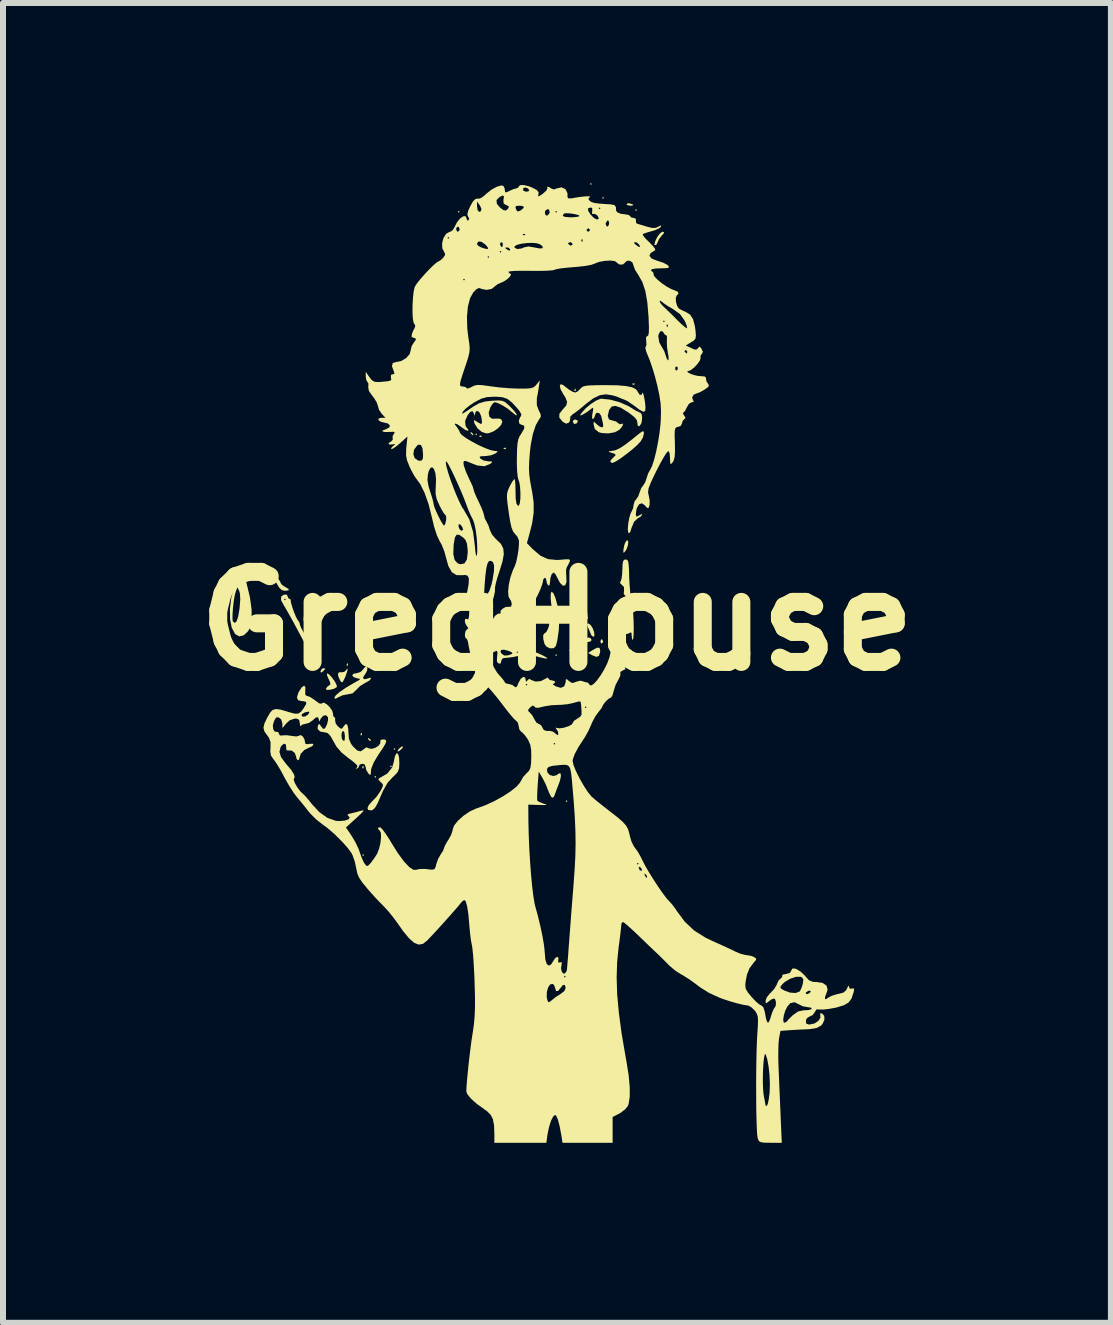
<source format=kicad_pcb>
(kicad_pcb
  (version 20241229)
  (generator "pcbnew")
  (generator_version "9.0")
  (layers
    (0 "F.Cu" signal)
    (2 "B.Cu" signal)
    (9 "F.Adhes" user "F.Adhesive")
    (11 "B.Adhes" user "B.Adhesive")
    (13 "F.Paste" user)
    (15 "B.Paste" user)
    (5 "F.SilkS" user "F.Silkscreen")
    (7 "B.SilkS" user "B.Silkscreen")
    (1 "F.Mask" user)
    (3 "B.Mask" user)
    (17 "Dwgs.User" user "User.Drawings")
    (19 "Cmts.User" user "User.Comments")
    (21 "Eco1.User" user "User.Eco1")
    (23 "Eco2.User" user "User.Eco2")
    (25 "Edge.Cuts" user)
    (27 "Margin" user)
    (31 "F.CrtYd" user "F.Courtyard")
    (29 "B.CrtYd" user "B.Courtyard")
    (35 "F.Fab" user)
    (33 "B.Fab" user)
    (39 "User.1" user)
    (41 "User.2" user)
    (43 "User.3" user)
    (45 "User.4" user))
  (footprint "GregHouse"
    (layer "F.Cu")
    (at 6.229 7.299)
    (property "Reference" "GregHouse" (at 0 0 0) (layer "F.SilkS") (effects (font (size 1.5 1.5) (thickness 0.3))))
    (attr board_only exclude_from_pos_files exclude_from_bom)
    (fp_poly (pts (xy -3.215 3.895) (xy -3.229 3.91) (xy -3.244 3.895) (xy -3.229 3.881)) (stroke (width 0) (type solid)) (fill yes) (layer "F.SilkS"))
    (fp_poly (pts (xy -3.012 2.592) (xy -3.027 2.607) (xy -3.041 2.592) (xy -3.027 2.578)) (stroke (width 0) (type solid)) (fill yes) (layer "F.SilkS"))
    (fp_poly (pts (xy -2.751 2.418) (xy -2.766 2.433) (xy -2.78 2.418) (xy -2.766 2.404)) (stroke (width 0) (type solid)) (fill yes) (layer "F.SilkS"))
    (fp_poly (pts (xy -2.694 2.129) (xy -2.708 2.143) (xy -2.722 2.129) (xy -2.708 2.114)) (stroke (width 0) (type solid)) (fill yes) (layer "F.SilkS"))
    (fp_poly (pts (xy -1.622 -6.821) (xy -1.636 -6.806) (xy -1.651 -6.821) (xy -1.636 -6.835)) (stroke (width 0) (type solid)) (fill yes) (layer "F.SilkS"))
    (fp_poly (pts (xy -1.332 -3.113) (xy -1.347 -3.099) (xy -1.361 -3.113) (xy -1.347 -3.128)) (stroke (width 0) (type solid)) (fill yes) (layer "F.SilkS"))
    (fp_poly (pts (xy 0 0.565) (xy -0.014 0.579) (xy -0.029 0.565) (xy -0.014 0.55)) (stroke (width 0) (type solid)) (fill yes) (layer "F.SilkS"))
    (fp_poly (pts (xy 0.174 2.998) (xy 0.159 3.012) (xy 0.145 2.998) (xy 0.159 2.983)) (stroke (width 0) (type solid)) (fill yes) (layer "F.SilkS"))
    (fp_poly (pts (xy 0.405 0.043) (xy 0.391 0.058) (xy 0.377 0.043) (xy 0.391 0.029)) (stroke (width 0) (type solid)) (fill yes) (layer "F.SilkS"))
    (fp_poly (pts (xy 0.579 -7.284) (xy 0.565 -7.27) (xy 0.55 -7.284) (xy 0.565 -7.299)) (stroke (width 0) (type solid)) (fill yes) (layer "F.SilkS"))
    (fp_poly (pts (xy 0.782 -7.052) (xy 0.768 -7.038) (xy 0.753 -7.052) (xy 0.768 -7.067)) (stroke (width 0) (type solid)) (fill yes) (layer "F.SilkS"))
    (fp_poly (pts (xy 1.332 -6.85) (xy 1.318 -6.835) (xy 1.303 -6.85) (xy 1.318 -6.864)) (stroke (width 0) (type solid)) (fill yes) (layer "F.SilkS"))
    (fp_poly (pts (xy -3.485 0.705) (xy -3.482 0.739) (xy -3.485 0.743) (xy -3.502 0.739) (xy -3.504 0.724) (xy -3.494 0.7)) (stroke (width 0) (type solid)) (fill yes) (layer "F.SilkS"))
    (fp_poly (pts (xy -3.253 1.863) (xy -3.25 1.898) (xy -3.253 1.902) (xy -3.271 1.898) (xy -3.273 1.883) (xy -3.262 1.859)) (stroke (width 0) (type solid)) (fill yes) (layer "F.SilkS"))
    (fp_poly (pts (xy -3.224 2.414) (xy -3.221 2.448) (xy -3.224 2.452) (xy -3.242 2.448) (xy -3.244 2.433) (xy -3.233 2.409)) (stroke (width 0) (type solid)) (fill yes) (layer "F.SilkS"))
    (fp_poly (pts (xy -1.255 -3.089) (xy -1.259 -3.072) (xy -1.274 -3.07) (xy -1.298 -3.081) (xy -1.294 -3.089) (xy -1.259 -3.093)) (stroke (width 0) (type solid)) (fill yes) (layer "F.SilkS"))
    (fp_poly (pts (xy -0.85 -2.887) (xy -0.854 -2.869) (xy -0.869 -2.867) (xy -0.893 -2.878) (xy -0.888 -2.887) (xy -0.854 -2.89)) (stroke (width 0) (type solid)) (fill yes) (layer "F.SilkS"))
    (fp_poly (pts (xy 0.309 -3.871) (xy 0.312 -3.837) (xy 0.309 -3.833) (xy 0.292 -3.837) (xy 0.29 -3.852) (xy 0.3 -3.876)) (stroke (width 0) (type solid)) (fill yes) (layer "F.SilkS"))
    (fp_poly (pts (xy 0.396 -0.077) (xy 0.399 -0.043) (xy 0.396 -0.039) (xy 0.379 -0.043) (xy 0.377 -0.058) (xy 0.387 -0.082)) (stroke (width 0) (type solid)) (fill yes) (layer "F.SilkS"))
    (fp_poly (pts (xy 0.512 -0.077) (xy 0.515 -0.043) (xy 0.512 -0.039) (xy 0.494 -0.043) (xy 0.492 -0.058) (xy 0.503 -0.082)) (stroke (width 0) (type solid)) (fill yes) (layer "F.SilkS"))
    (fp_poly (pts (xy 1.294 -3.958) (xy 1.29 -3.941) (xy 1.274 -3.939) (xy 1.251 -3.949) (xy 1.255 -3.958) (xy 1.289 -3.962)) (stroke (width 0) (type solid)) (fill yes) (layer "F.SilkS"))
    (fp_poly (pts (xy -3.132 1.952) (xy -3.102 1.979) (xy -3.099 1.986) (xy -3.113 1.998) (xy -3.141 1.971) (xy -3.145 1.965) (xy -3.149 1.945)) (stroke (width 0) (type solid)) (fill yes) (layer "F.SilkS"))
    (fp_poly (pts (xy -1.424 -3.145) (xy -1.393 -3.116) (xy -1.399 -3.099) (xy -1.403 -3.099) (xy -1.427 -3.12) (xy -1.436 -3.132) (xy -1.44 -3.152)) (stroke (width 0) (type solid)) (fill yes) (layer "F.SilkS"))
    (fp_poly (pts (xy 0.753 0.304) (xy 0.77 0.339) (xy 0.766 0.35) (xy 0.738 0.375) (xy 0.725 0.346) (xy 0.724 0.331) (xy 0.738 0.302)) (stroke (width 0) (type solid)) (fill yes) (layer "F.SilkS"))
    (fp_poly (pts (xy -3.859 0.792) (xy -3.866 0.804) (xy -3.912 0.846) (xy -3.917 0.852) (xy -3.935 0.853) (xy -3.939 0.83) (xy -3.915 0.79) (xy -3.888 0.782)) (stroke (width 0) (type solid)) (fill yes) (layer "F.SilkS"))
    (fp_poly (pts (xy -2.567 2.102) (xy -2.588 2.129) (xy -2.632 2.164) (xy -2.652 2.172) (xy -2.653 2.154) (xy -2.636 2.129) (xy -2.593 2.092) (xy -2.572 2.085)) (stroke (width 0) (type solid)) (fill yes) (layer "F.SilkS"))
    (fp_poly (pts (xy 0.343 -3.345) (xy 0.348 -3.332) (xy 0.328 -3.295) (xy 0.291 -3.286) (xy 0.279 -3.293) (xy 0.262 -3.335) (xy 0.293 -3.359) (xy 0.304 -3.36)) (stroke (width 0) (type solid)) (fill yes) (layer "F.SilkS"))
    (fp_poly (pts (xy 1.216 -6.959) (xy 1.263 -6.943) (xy 1.274 -6.933) (xy 1.25 -6.924) (xy 1.216 -6.922) (xy 1.169 -6.933) (xy 1.158 -6.948) (xy 1.182 -6.963)) (stroke (width 0) (type solid)) (fill yes) (layer "F.SilkS"))
    (fp_poly (pts (xy 0.468 0.167) (xy 0.485 0.212) (xy 0.479 0.229) (xy 0.436 0.258) (xy 0.383 0.252) (xy 0.364 0.235) (xy 0.366 0.197) (xy 0.402 0.166) (xy 0.447 0.156)) (stroke (width 0) (type solid)) (fill yes) (layer "F.SilkS"))
    (fp_poly (pts (xy 0.71 0.445) (xy 0.72 0.493) (xy 0.719 0.512) (xy 0.699 0.578) (xy 0.657 0.594) (xy 0.585 0.566) (xy 0.519 0.529) (xy 0.592 0.482) (xy 0.668 0.441)) (stroke (width 0) (type solid)) (fill yes) (layer "F.SilkS"))
    (fp_poly (pts (xy 0.553 0.277) (xy 0.578 0.312) (xy 0.557 0.338) (xy 0.543 0.341) (xy 0.488 0.351) (xy 0.442 0.363) (xy 0.389 0.368) (xy 0.377 0.35) (xy 0.401 0.317) (xy 0.457 0.287) (xy 0.518 0.272)) (stroke (width 0) (type solid)) (fill yes) (layer "F.SilkS"))
    (fp_poly (pts (xy 0.559 0.062) (xy 0.593 0.113) (xy 0.617 0.177) (xy 0.625 0.233) (xy 0.611 0.26) (xy 0.608 0.261) (xy 0.575 0.237) (xy 0.562 0.21) (xy 0.534 0.14) (xy 0.517 0.106) (xy 0.5 0.052) (xy 0.518 0.035)) (stroke (width 0) (type solid)) (fill yes) (layer "F.SilkS"))
    (fp_poly (pts (xy 1.188 -1.317) (xy 1.182 -1.265) (xy 1.162 -1.207) (xy 1.143 -1.174) (xy 1.114 -1.14) (xy 1.105 -1.15) (xy 1.11 -1.211) (xy 1.11 -1.212) (xy 1.127 -1.287) (xy 1.154 -1.339) (xy 1.154 -1.339) (xy 1.179 -1.348)) (stroke (width 0) (type solid)) (fill yes) (layer "F.SilkS"))
    (fp_poly (pts (xy -3.488 0.804) (xy -3.496 0.839) (xy -3.525 0.924) (xy -3.548 0.974) (xy -3.574 1.018) (xy -3.595 1.012) (xy -3.615 0.983) (xy -3.645 0.914) (xy -3.646 0.864) (xy -3.617 0.848) (xy -3.602 0.852) (xy -3.547 0.846) (xy -3.517 0.819) (xy -3.49 0.788)) (stroke (width 0) (type solid)) (fill yes) (layer "F.SilkS"))
    (fp_poly (pts (xy 0.323 0.475) (xy 0.421 0.494) (xy 0.474 0.516) (xy 0.492 0.544) (xy 0.492 0.552) (xy 0.49 0.569) (xy 0.475 0.574) (xy 0.433 0.569) (xy 0.351 0.551) (xy 0.326 0.545) (xy 0.24 0.518) (xy 0.204 0.491) (xy 0.218 0.473) (xy 0.284 0.47)) (stroke (width 0) (type solid)) (fill yes) (layer "F.SilkS"))
    (fp_poly (pts (xy 1.785 -6.482) (xy 1.776 -6.458) (xy 1.743 -6.421) (xy 1.699 -6.364) (xy 1.68 -6.321) (xy 1.68 -6.321) (xy 1.659 -6.276) (xy 1.651 -6.27) (xy 1.624 -6.265) (xy 1.622 -6.27) (xy 1.637 -6.331) (xy 1.672 -6.402) (xy 1.716 -6.461) (xy 1.754 -6.487) (xy 1.756 -6.488)) (stroke (width 0) (type solid)) (fill yes) (layer "F.SilkS"))
    (fp_poly (pts (xy -3.792 0.89) (xy -3.746 0.941) (xy -3.701 1.005) (xy -3.671 1.063) (xy -3.667 1.098) (xy -3.668 1.099) (xy -3.714 1.125) (xy -3.776 1.141) (xy -3.83 1.145) (xy -3.852 1.132) (xy -3.83 1.095) (xy -3.806 1.077) (xy -3.777 1.055) (xy -3.778 1.022) (xy -3.806 0.96) (xy -3.831 0.901) (xy -3.831 0.87) (xy -3.827 0.869)) (stroke (width 0) (type solid)) (fill yes) (layer "F.SilkS"))
    (fp_poly (pts (xy -4.708 -0.803) (xy -4.7 -0.789) (xy -4.669 -0.738) (xy -4.646 -0.711) (xy -4.612 -0.662) (xy -4.605 -0.639) (xy -4.581 -0.605) (xy -4.533 -0.574) (xy -4.473 -0.539) (xy -4.469 -0.516) (xy -4.52 -0.507) (xy -4.533 -0.507) (xy -4.584 -0.518) (xy -4.629 -0.561) (xy -4.68 -0.647) (xy -4.68 -0.647) (xy -4.717 -0.728) (xy -4.735 -0.787) (xy -4.733 -0.807)) (stroke (width 0) (type solid)) (fill yes) (layer "F.SilkS"))
    (fp_poly (pts (xy 1.445 -3.159) (xy 1.448 -3.128) (xy 1.431 -3.059) (xy 1.394 -2.996) (xy 1.336 -2.934) (xy 1.253 -2.86) (xy 1.157 -2.784) (xy 1.062 -2.714) (xy 0.981 -2.662) (xy 0.926 -2.637) (xy 0.919 -2.636) (xy 0.891 -2.652) (xy 0.889 -2.654) (xy 0.896 -2.682) (xy 0.935 -2.724) (xy 0.975 -2.763) (xy 0.97 -2.784) (xy 0.956 -2.79) (xy 0.887 -2.813) (xy 0.869 -2.819) (xy 0.862 -2.83) (xy 0.903 -2.836) (xy 0.908 -2.836) (xy 0.969 -2.847) (xy 1.041 -2.879) (xy 1.132 -2.938) (xy 1.252 -3.03) (xy 1.311 -3.078) (xy 1.386 -3.138) (xy 1.427 -3.164)) (stroke (width 0) (type solid)) (fill yes) (layer "F.SilkS"))
    (fp_poly (pts (xy -2.649 2.207) (xy -2.631 2.269) (xy -2.626 2.366) (xy -2.631 2.454) (xy -2.655 2.515) (xy -2.711 2.575) (xy -2.736 2.597) (xy -2.819 2.688) (xy -2.893 2.816) (xy -2.938 2.917) (xy -2.989 3.035) (xy -3.03 3.107) (xy -3.068 3.143) (xy -3.093 3.152) (xy -3.145 3.144) (xy -3.157 3.114) (xy -3.136 3.065) (xy -3.085 3.006) (xy -3.076 2.998) (xy -3.006 2.924) (xy -2.944 2.836) (xy -2.939 2.827) (xy -2.905 2.76) (xy -2.899 2.722) (xy -2.922 2.693) (xy -2.941 2.678) (xy -2.976 2.637) (xy -2.963 2.617) (xy -2.828 2.539) (xy -2.747 2.438) (xy -2.721 2.353) (xy -2.699 2.248) (xy -2.673 2.2)) (stroke (width 0) (type solid)) (fill yes) (layer "F.SilkS"))
    (fp_poly (pts (xy -0.059 -0.465) (xy -0.026 -0.388) (xy 0.006 -0.271) (xy 0.026 -0.168) (xy 0.038 -0.021) (xy 0.03 0.152) (xy 0.005 0.323) (xy -0.017 0.41) (xy -0.052 0.448) (xy -0.111 0.453) (xy -0.17 0.428) (xy -0.206 0.382) (xy -0.227 0.303) (xy -0.23 0.237) (xy -0.213 0.204) (xy -0.207 0.203) (xy -0.177 0.179) (xy -0.148 0.123) (xy -0.13 0.063) (xy -0.132 0.026) (xy -0.131 -0.017) (xy -0.115 -0.045) (xy -0.095 -0.079) (xy -0.101 -0.087) (xy -0.104 -0.105) (xy -0.088 -0.129) (xy -0.068 -0.18) (xy -0.073 -0.204) (xy -0.09 -0.254) (xy -0.101 -0.327) (xy -0.105 -0.405) (xy -0.102 -0.467) (xy -0.09 -0.492) (xy -0.09 -0.492)) (stroke (width 0) (type solid)) (fill yes) (layer "F.SilkS"))
    (fp_poly (pts (xy -3.158 0.774) (xy -3.163 0.823) (xy -3.19 0.875) (xy -3.201 0.888) (xy -3.231 0.938) (xy -3.215 0.967) (xy -3.164 0.959) (xy -3.155 0.955) (xy -3.109 0.94) (xy -3.099 0.956) (xy -3.123 0.987) (xy -3.183 1.022) (xy -3.196 1.028) (xy -3.277 1.077) (xy -3.34 1.14) (xy -3.342 1.143) (xy -3.407 1.203) (xy -3.477 1.216) (xy -3.568 1.233) (xy -3.636 1.263) (xy -3.687 1.291) (xy -3.706 1.283) (xy -3.707 1.27) (xy -3.683 1.233) (xy -3.616 1.176) (xy -3.515 1.107) (xy -3.391 1.033) (xy -3.347 1.009) (xy -3.29 0.977) (xy -3.281 0.962) (xy -3.316 0.953) (xy -3.328 0.952) (xy -3.39 0.93) (xy -3.411 0.9) (xy -3.389 0.875) (xy -3.348 0.869) (xy -3.273 0.846) (xy -3.237 0.811) (xy -3.201 0.766) (xy -3.179 0.753)) (stroke (width 0) (type solid)) (fill yes) (layer "F.SilkS"))
    (fp_poly (pts (xy -5.275 -0.921) (xy -5.247 -0.864) (xy -5.209 -0.759) (xy -5.171 -0.63) (xy -5.115 -0.396) (xy -5.087 -0.191) (xy -5.087 -0.02) (xy -5.115 0.11) (xy -5.145 0.165) (xy -5.218 0.235) (xy -5.293 0.253) (xy -5.36 0.215) (xy -5.363 0.211) (xy -5.418 0.11) (xy -5.446 -0.031) (xy -5.446 -0.032) (xy -5.406 -0.032) (xy -5.399 0.005) (xy -5.366 0.029) (xy -5.336 -0.001) (xy -5.31 -0.083) (xy -5.288 -0.212) (xy -5.288 -0.212) (xy -5.276 -0.37) (xy -5.284 -0.473) (xy -5.293 -0.5) (xy -5.323 -0.565) (xy -5.352 -0.49) (xy -5.37 -0.423) (xy -5.386 -0.326) (xy -5.398 -0.216) (xy -5.405 -0.112) (xy -5.406 -0.032) (xy -5.446 -0.032) (xy -5.449 -0.204) (xy -5.425 -0.395) (xy -5.374 -0.595) (xy -5.373 -0.599) (xy -5.339 -0.711) (xy -5.314 -0.807) (xy -5.301 -0.868) (xy -5.3 -0.876) (xy -5.294 -0.925)) (stroke (width 0) (type solid)) (fill yes) (layer "F.SilkS"))
    (fp_poly (pts (xy -4.499 -0.441) (xy -4.489 -0.417) (xy -4.473 -0.38) (xy -4.46 -0.377) (xy -4.437 -0.36) (xy -4.437 -0.355) (xy -4.432 -0.312) (xy -4.411 -0.238) (xy -4.38 -0.151) (xy -4.348 -0.072) (xy -4.321 -0.021) (xy -4.313 -0.013) (xy -4.288 0.028) (xy -4.286 0.043) (xy -4.281 0.066) (xy -4.264 0.106) (xy -4.23 0.17) (xy -4.178 0.264) (xy -4.102 0.394) (xy -4 0.566) (xy -3.989 0.584) (xy -3.957 0.66) (xy -3.962 0.71) (xy -3.993 0.724) (xy -4.013 0.7) (xy -4.054 0.632) (xy -4.113 0.529) (xy -4.185 0.4) (xy -4.256 0.268) (xy -4.338 0.114) (xy -4.414 -0.026) (xy -4.48 -0.144) (xy -4.528 -0.228) (xy -4.551 -0.265) (xy -4.598 -0.353) (xy -4.597 -0.362) (xy -4.547 -0.362) (xy -4.533 -0.348) (xy -4.518 -0.362) (xy -4.533 -0.377) (xy -4.547 -0.362) (xy -4.597 -0.362) (xy -4.594 -0.413) (xy -4.547 -0.443)) (stroke (width 0) (type solid)) (fill yes) (layer "F.SilkS"))
    (fp_poly (pts (xy 0.101 -3.936) (xy 0.127 -3.915) (xy 0.198 -3.86) (xy 0.253 -3.826) (xy 0.305 -3.809) (xy 0.348 -3.83) (xy 0.378 -3.862) (xy 0.406 -3.891) (xy 0.438 -3.911) (xy 0.486 -3.923) (xy 0.56 -3.929) (xy 0.671 -3.932) (xy 0.806 -3.933) (xy 1.003 -3.93) (xy 1.149 -3.918) (xy 1.251 -3.897) (xy 1.315 -3.865) (xy 1.347 -3.821) (xy 1.349 -3.816) (xy 1.377 -3.773) (xy 1.408 -3.77) (xy 1.423 -3.801) (xy 1.429 -3.81) (xy 1.441 -3.777) (xy 1.455 -3.716) (xy 1.467 -3.644) (xy 1.473 -3.576) (xy 1.474 -3.571) (xy 1.471 -3.508) (xy 1.45 -3.49) (xy 1.426 -3.495) (xy 1.37 -3.527) (xy 1.304 -3.577) (xy 1.303 -3.578) (xy 1.17 -3.67) (xy 0.996 -3.742) (xy 0.924 -3.763) (xy 0.815 -3.78) (xy 0.713 -3.765) (xy 0.606 -3.713) (xy 0.481 -3.619) (xy 0.454 -3.596) (xy 0.372 -3.527) (xy 0.299 -3.472) (xy 0.26 -3.446) (xy 0.222 -3.408) (xy 0.22 -3.378) (xy 0.213 -3.33) (xy 0.194 -3.306) (xy 0.152 -3.291) (xy 0.102 -3.318) (xy 0.091 -3.327) (xy 0.039 -3.392) (xy 0.04 -3.455) (xy 0.095 -3.527) (xy 0.101 -3.533) (xy 0.155 -3.595) (xy 0.169 -3.653) (xy 0.142 -3.723) (xy 0.104 -3.785) (xy 0.06 -3.863) (xy 0.047 -3.921) (xy 0.061 -3.948)) (stroke (width 0) (type solid)) (fill yes) (layer "F.SilkS"))
    (fp_poly (pts (xy 0.888 -3.691) (xy 1.047 -3.647) (xy 1.19 -3.584) (xy 1.231 -3.559) (xy 1.308 -3.511) (xy 1.368 -3.481) (xy 1.387 -3.475) (xy 1.41 -3.451) (xy 1.419 -3.392) (xy 1.411 -3.32) (xy 1.402 -3.29) (xy 1.371 -3.247) (xy 1.345 -3.257) (xy 1.34 -3.306) (xy 1.329 -3.353) (xy 1.282 -3.407) (xy 1.19 -3.478) (xy 1.187 -3.48) (xy 1.065 -3.556) (xy 0.974 -3.587) (xy 0.911 -3.576) (xy 0.87 -3.521) (xy 0.867 -3.514) (xy 0.846 -3.42) (xy 0.866 -3.362) (xy 0.922 -3.344) (xy 0.984 -3.328) (xy 1.012 -3.304) (xy 1.049 -3.281) (xy 1.068 -3.285) (xy 1.098 -3.293) (xy 1.097 -3.267) (xy 1.071 -3.223) (xy 1.037 -3.187) (xy 0.961 -3.147) (xy 0.855 -3.129) (xy 0.746 -3.135) (xy 0.695 -3.149) (xy 0.63 -3.201) (xy 0.609 -3.286) (xy 0.613 -3.324) (xy 0.634 -3.309) (xy 0.644 -3.297) (xy 0.701 -3.249) (xy 0.732 -3.234) (xy 0.76 -3.23) (xy 0.771 -3.251) (xy 0.764 -3.305) (xy 0.74 -3.404) (xy 0.734 -3.425) (xy 0.705 -3.465) (xy 0.665 -3.474) (xy 0.639 -3.448) (xy 0.637 -3.434) (xy 0.617 -3.383) (xy 0.604 -3.372) (xy 0.585 -3.375) (xy 0.586 -3.424) (xy 0.592 -3.464) (xy 0.604 -3.534) (xy 0.599 -3.556) (xy 0.574 -3.541) (xy 0.56 -3.529) (xy 0.491 -3.479) (xy 0.438 -3.447) (xy 0.391 -3.425) (xy 0.388 -3.436) (xy 0.411 -3.471) (xy 0.476 -3.545) (xy 0.562 -3.617) (xy 0.651 -3.675) (xy 0.724 -3.705) (xy 0.741 -3.707)) (stroke (width 0) (type solid)) (fill yes) (layer "F.SilkS"))
    (fp_poly (pts (xy -0.463 -7.244) (xy -0.402 -7.219) (xy -0.33 -7.179) (xy -0.305 -7.141) (xy -0.309 -7.113) (xy -0.315 -7.081) (xy -0.298 -7.08) (xy -0.248 -7.113) (xy -0.235 -7.123) (xy -0.181 -7.17) (xy -0.159 -7.207) (xy -0.161 -7.214) (xy -0.162 -7.238) (xy -0.133 -7.235) (xy -0.096 -7.209) (xy -0.051 -7.192) (xy -0.003 -7.21) (xy 0.077 -7.228) (xy 0.141 -7.198) (xy 0.175 -7.13) (xy 0.175 -7.07) (xy 0.186 -7.045) (xy 0.236 -7.044) (xy 0.266 -7.049) (xy 0.374 -7.067) (xy 0.466 -7.077) (xy 0.53 -7.079) (xy 0.553 -7.072) (xy 0.546 -7.064) (xy 0.522 -7.037) (xy 0.545 -7.003) (xy 0.577 -6.982) (xy 0.63 -6.967) (xy 0.717 -6.956) (xy 0.847 -6.947) (xy 0.891 -6.945) (xy 0.959 -6.932) (xy 0.984 -6.893) (xy 0.982 -6.846) (xy 1.003 -6.812) (xy 1.064 -6.787) (xy 1.137 -6.778) (xy 1.195 -6.768) (xy 1.216 -6.748) (xy 1.241 -6.725) (xy 1.273 -6.719) (xy 1.315 -6.705) (xy 1.314 -6.676) (xy 1.319 -6.633) (xy 1.337 -6.622) (xy 1.387 -6.607) (xy 1.468 -6.583) (xy 1.501 -6.572) (xy 1.59 -6.551) (xy 1.648 -6.554) (xy 1.685 -6.571) (xy 1.728 -6.593) (xy 1.734 -6.58) (xy 1.732 -6.571) (xy 1.698 -6.543) (xy 1.628 -6.512) (xy 1.581 -6.499) (xy 1.498 -6.475) (xy 1.44 -6.454) (xy 1.427 -6.447) (xy 1.438 -6.421) (xy 1.482 -6.368) (xy 1.538 -6.313) (xy 1.6 -6.249) (xy 1.635 -6.201) (xy 1.636 -6.181) (xy 1.56 -6.133) (xy 1.54 -6.086) (xy 1.577 -6.042) (xy 1.67 -6.005) (xy 1.688 -6) (xy 1.774 -5.971) (xy 1.839 -5.936) (xy 1.853 -5.923) (xy 1.867 -5.898) (xy 1.849 -5.885) (xy 1.789 -5.88) (xy 1.727 -5.879) (xy 1.638 -5.875) (xy 1.579 -5.863) (xy 1.564 -5.85) (xy 1.585 -5.822) (xy 1.592 -5.821) (xy 1.609 -5.801) (xy 1.606 -5.784) (xy 1.62 -5.748) (xy 1.67 -5.694) (xy 1.744 -5.632) (xy 1.827 -5.575) (xy 1.906 -5.532) (xy 1.948 -5.517) (xy 2.013 -5.489) (xy 2.024 -5.455) (xy 1.997 -5.43) (xy 1.979 -5.389) (xy 1.982 -5.322) (xy 2.001 -5.253) (xy 2.033 -5.207) (xy 2.033 -5.207) (xy 2.089 -5.177) (xy 2.144 -5.153) (xy 2.217 -5.108) (xy 2.266 -5.033) (xy 2.297 -4.917) (xy 2.306 -4.856) (xy 2.314 -4.765) (xy 2.309 -4.712) (xy 2.282 -4.677) (xy 2.235 -4.647) (xy 2.146 -4.594) (xy 2.234 -4.551) (xy 2.297 -4.525) (xy 2.331 -4.529) (xy 2.348 -4.549) (xy 2.375 -4.575) (xy 2.402 -4.549) (xy 2.403 -4.547) (xy 2.431 -4.489) (xy 2.414 -4.453) (xy 2.405 -4.447) (xy 2.389 -4.409) (xy 2.393 -4.39) (xy 2.383 -4.347) (xy 2.342 -4.287) (xy 2.285 -4.226) (xy 2.228 -4.182) (xy 2.195 -4.17) (xy 2.168 -4.161) (xy 2.184 -4.143) (xy 2.23 -4.12) (xy 2.291 -4.099) (xy 2.355 -4.085) (xy 2.383 -4.084) (xy 2.46 -4.077) (xy 2.484 -4.055) (xy 2.482 -4.047) (xy 2.489 -3.999) (xy 2.511 -3.964) (xy 2.531 -3.93) (xy 2.517 -3.9) (xy 2.46 -3.86) (xy 2.453 -3.855) (xy 2.383 -3.816) (xy 2.332 -3.795) (xy 2.324 -3.794) (xy 2.275 -3.773) (xy 2.252 -3.727) (xy 2.266 -3.683) (xy 2.281 -3.656) (xy 2.248 -3.649) (xy 2.199 -3.623) (xy 2.163 -3.562) (xy 2.133 -3.502) (xy 2.106 -3.476) (xy 2.104 -3.475) (xy 2.099 -3.458) (xy 2.118 -3.427) (xy 2.142 -3.387) (xy 2.122 -3.367) (xy 2.121 -3.367) (xy 2.091 -3.332) (xy 2.085 -3.301) (xy 2.06 -3.253) (xy 2.02 -3.239) (xy 1.989 -3.231) (xy 1.971 -3.212) (xy 1.962 -3.17) (xy 1.96 -3.093) (xy 1.964 -2.97) (xy 1.964 -2.969) (xy 1.966 -2.83) (xy 1.96 -2.736) (xy 1.944 -2.676) (xy 1.929 -2.65) (xy 1.901 -2.619) (xy 1.888 -2.625) (xy 1.884 -2.677) (xy 1.883 -2.718) (xy 1.877 -2.797) (xy 1.859 -2.832) (xy 1.852 -2.833) (xy 1.823 -2.802) (xy 1.777 -2.729) (xy 1.717 -2.622) (xy 1.65 -2.492) (xy 1.581 -2.349) (xy 1.563 -2.309) (xy 1.526 -2.215) (xy 1.517 -2.146) (xy 1.53 -2.087) (xy 1.544 -2.015) (xy 1.543 -1.943) (xy 1.529 -1.893) (xy 1.513 -1.883) (xy 1.486 -1.903) (xy 1.463 -1.931) (xy 1.415 -1.965) (xy 1.367 -1.947) (xy 1.33 -1.884) (xy 1.322 -1.851) (xy 1.312 -1.771) (xy 1.327 -1.742) (xy 1.368 -1.76) (xy 1.375 -1.766) (xy 1.41 -1.784) (xy 1.419 -1.775) (xy 1.396 -1.744) (xy 1.348 -1.715) (xy 1.284 -1.657) (xy 1.244 -1.559) (xy 1.22 -1.486) (xy 1.2 -1.466) (xy 1.187 -1.479) (xy 1.179 -1.532) (xy 1.186 -1.617) (xy 1.202 -1.711) (xy 1.225 -1.793) (xy 1.248 -1.838) (xy 1.27 -1.887) (xy 1.274 -1.928) (xy 1.292 -1.995) (xy 1.316 -2.026) (xy 1.353 -2.079) (xy 1.376 -2.143) (xy 1.402 -2.215) (xy 1.434 -2.259) (xy 1.468 -2.31) (xy 1.493 -2.384) (xy 1.519 -2.463) (xy 1.551 -2.52) (xy 1.582 -2.58) (xy 1.616 -2.684) (xy 1.651 -2.82) (xy 1.682 -2.975) (xy 1.708 -3.135) (xy 1.725 -3.288) (xy 1.729 -3.351) (xy 1.733 -3.496) (xy 1.727 -3.624) (xy 1.707 -3.758) (xy 1.672 -3.923) (xy 1.67 -3.931) (xy 1.632 -4.079) (xy 1.591 -4.216) (xy 1.969 -4.216) (xy 1.979 -4.174) (xy 2.004 -4.186) (xy 2.012 -4.198) (xy 2.008 -4.235) (xy 1.999 -4.243) (xy 1.974 -4.236) (xy 1.969 -4.216) (xy 1.591 -4.216) (xy 1.588 -4.224) (xy 1.546 -4.346) (xy 1.523 -4.403) (xy 1.488 -4.488) (xy 1.472 -4.549) (xy 1.477 -4.571) (xy 1.491 -4.602) (xy 1.487 -4.665) (xy 1.487 -4.665) (xy 1.483 -4.731) (xy 1.501 -4.746) (xy 1.688 -4.746) (xy 1.704 -4.646) (xy 1.737 -4.585) (xy 1.785 -4.503) (xy 1.81 -4.43) (xy 1.831 -4.37) (xy 1.853 -4.344) (xy 1.853 -4.344) (xy 1.861 -4.369) (xy 1.855 -4.432) (xy 1.848 -4.467) (xy 1.843 -4.5) (xy 2.124 -4.5) (xy 2.129 -4.489) (xy 2.155 -4.462) (xy 2.159 -4.46) (xy 2.172 -4.483) (xy 2.172 -4.489) (xy 2.15 -4.517) (xy 2.142 -4.518) (xy 2.124 -4.5) (xy 1.843 -4.5) (xy 1.833 -4.569) (xy 1.83 -4.665) (xy 1.831 -4.683) (xy 1.833 -4.742) (xy 1.823 -4.763) (xy 1.822 -4.762) (xy 1.796 -4.774) (xy 1.785 -4.793) (xy 1.753 -4.834) (xy 1.718 -4.826) (xy 1.692 -4.776) (xy 1.688 -4.746) (xy 1.501 -4.746) (xy 1.506 -4.75) (xy 1.522 -4.764) (xy 1.53 -4.811) (xy 1.532 -4.898) (xy 1.531 -4.924) (xy 1.825 -4.924) (xy 1.835 -4.9) (xy 1.844 -4.904) (xy 1.847 -4.939) (xy 1.844 -4.943) (xy 1.827 -4.939) (xy 1.825 -4.924) (xy 1.531 -4.924) (xy 1.528 -4.996) (xy 1.767 -4.996) (xy 1.781 -4.982) (xy 1.796 -4.996) (xy 1.781 -5.01) (xy 1.767 -4.996) (xy 1.528 -4.996) (xy 1.527 -5.033) (xy 1.525 -5.076) (xy 1.505 -5.312) (xy 1.502 -5.33) (xy 1.709 -5.33) (xy 1.729 -5.291) (xy 1.777 -5.238) (xy 1.782 -5.234) (xy 1.839 -5.18) (xy 1.92 -5.102) (xy 2.004 -5.017) (xy 2.077 -4.946) (xy 2.135 -4.897) (xy 2.165 -4.879) (xy 2.167 -4.88) (xy 2.164 -4.912) (xy 2.141 -4.977) (xy 2.126 -5.009) (xy 2.05 -5.116) (xy 1.934 -5.199) (xy 1.847 -5.25) (xy 1.777 -5.298) (xy 1.753 -5.318) (xy 1.718 -5.341) (xy 1.709 -5.33) (xy 1.502 -5.33) (xy 1.472 -5.5) (xy 1.423 -5.649) (xy 1.356 -5.767) (xy 1.347 -5.781) (xy 1.3 -5.855) (xy 1.276 -5.92) (xy 1.274 -5.932) (xy 1.254 -5.98) (xy 1.208 -6.006) (xy 1.161 -6.003) (xy 1.139 -5.978) (xy 1.101 -5.944) (xy 1.044 -5.941) (xy 1 -5.97) (xy 0.996 -5.978) (xy 0.96 -6) (xy 0.887 -6.008) (xy 0.795 -6.003) (xy 0.703 -5.986) (xy 0.63 -5.959) (xy 0.623 -5.955) (xy 0.57 -5.937) (xy 0.475 -5.919) (xy 0.353 -5.905) (xy 0.279 -5.899) (xy 0.154 -5.888) (xy 0.049 -5.876) (xy -0.021 -5.862) (xy -0.04 -5.854) (xy -0.08 -5.845) (xy -0.166 -5.839) (xy -0.285 -5.836) (xy -0.425 -5.837) (xy -0.442 -5.837) (xy -0.588 -5.838) (xy -0.704 -5.836) (xy -0.782 -5.829) (xy -0.811 -5.82) (xy -0.811 -5.819) (xy -0.789 -5.793) (xy -0.782 -5.792) (xy -0.764 -5.778) (xy -0.782 -5.744) (xy -0.825 -5.701) (xy -0.881 -5.662) (xy -0.919 -5.645) (xy -0.99 -5.614) (xy -1.034 -5.58) (xy -1.035 -5.578) (xy -1.089 -5.536) (xy -1.169 -5.52) (xy -1.248 -5.533) (xy -1.255 -5.537) (xy -1.3 -5.551) (xy -1.343 -5.53) (xy -1.392 -5.482) (xy -1.447 -5.384) (xy -1.484 -5.242) (xy -1.5 -5.068) (xy -1.494 -4.872) (xy -1.476 -4.724) (xy -1.46 -4.62) (xy -1.454 -4.541) (xy -1.461 -4.47) (xy -1.481 -4.387) (xy -1.518 -4.273) (xy -1.531 -4.236) (xy -1.577 -4.098) (xy -1.605 -4.006) (xy -1.616 -3.95) (xy -1.611 -3.922) (xy -1.59 -3.911) (xy -1.564 -3.91) (xy -1.517 -3.898) (xy -1.506 -3.882) (xy -1.485 -3.876) (xy -1.432 -3.897) (xy -1.423 -3.903) (xy -1.374 -3.926) (xy -1.321 -3.936) (xy -1.248 -3.933) (xy -1.139 -3.918) (xy -1.111 -3.914) (xy -0.963 -3.895) (xy -0.793 -3.881) (xy -0.64 -3.875) (xy -0.52 -3.875) (xy -0.442 -3.881) (xy -0.393 -3.895) (xy -0.359 -3.922) (xy -0.342 -3.942) (xy -0.286 -4.011) (xy -0.301 -3.91) (xy -0.318 -3.805) (xy -0.336 -3.71) (xy -0.336 -3.599) (xy -0.304 -3.514) (xy -0.272 -3.447) (xy -0.27 -3.404) (xy -0.295 -3.367) (xy -0.352 -3.268) (xy -0.401 -3.122) (xy -0.437 -2.94) (xy -0.452 -2.809) (xy -0.463 -2.66) (xy -0.467 -2.543) (xy -0.461 -2.438) (xy -0.445 -2.321) (xy -0.417 -2.17) (xy -0.415 -2.164) (xy -0.389 -1.981) (xy -0.388 -1.812) (xy -0.413 -1.635) (xy -0.451 -1.483) (xy -0.501 -1.301) (xy -0.405 -1.202) (xy -0.278 -1.093) (xy -0.148 -1.034) (xy -0.000145 -1.02) (xy 0.062 -1.024) (xy 0.155 -1.032) (xy 0.203 -1.03) (xy 0.217 -1.014) (xy 0.212 -0.991) (xy 0.18 -0.927) (xy 0.166 -0.905) (xy 0.151 -0.854) (xy 0.153 -0.776) (xy 0.155 -0.76) (xy 0.159 -0.655) (xy 0.138 -0.598) (xy 0.099 -0.591) (xy 0.051 -0.638) (xy 0.011 -0.713) (xy -0.022 -0.777) (xy -0.051 -0.81) (xy -0.055 -0.811) (xy -0.088 -0.785) (xy -0.11 -0.717) (xy -0.116 -0.648) (xy -0.125 -0.6) (xy -0.145 -0.594) (xy -0.169 -0.635) (xy -0.174 -0.668) (xy -0.186 -0.714) (xy -0.203 -0.724) (xy -0.227 -0.7) (xy -0.232 -0.673) (xy -0.246 -0.614) (xy -0.279 -0.525) (xy -0.325 -0.427) (xy -0.371 -0.34) (xy -0.411 -0.284) (xy -0.417 -0.278) (xy -0.459 -0.234) (xy -0.5 -0.176) (xy -0.529 -0.123) (xy -0.537 -0.09) (xy -0.532 -0.087) (xy -0.517 -0.061) (xy -0.509 0.005) (xy -0.507 0.093) (xy -0.512 0.187) (xy -0.523 0.268) (xy -0.54 0.32) (xy -0.543 0.324) (xy -0.563 0.369) (xy -0.558 0.388) (xy -0.563 0.419) (xy -0.604 0.464) (xy -0.609 0.468) (xy -0.681 0.526) (xy -0.536 0.509) (xy -0.431 0.505) (xy -0.34 0.524) (xy -0.246 0.565) (xy -0.177 0.603) (xy -0.16 0.622) (xy -0.196 0.621) (xy -0.287 0.6) (xy -0.374 0.577) (xy -0.488 0.556) (xy -0.596 0.567) (xy -0.628 0.575) (xy -0.728 0.596) (xy -0.82 0.608) (xy -0.84 0.608) (xy -0.904 0.618) (xy -0.926 0.652) (xy -0.927 0.665) (xy -0.941 0.707) (xy -0.971 0.705) (xy -1 0.676) (xy -1 0.613) (xy -0.997 0.59) (xy -0.991 0.526) (xy -0.995 0.51) (xy -0.941 0.51) (xy -0.925 0.538) (xy -0.879 0.572) (xy -0.817 0.569) (xy -0.77 0.554) (xy -0.74 0.536) (xy -0.753 0.518) (xy -0.805 0.495) (xy -0.882 0.474) (xy -0.931 0.48) (xy -0.941 0.51) (xy -0.995 0.51) (xy -1 0.494) (xy -1.003 0.493) (xy -1.061 0.516) (xy -1.089 0.576) (xy -1.087 0.661) (xy -1.057 0.757) (xy -0.999 0.854) (xy -0.966 0.894) (xy -0.909 0.958) (xy -0.874 1.006) (xy -0.869 1.02) (xy -0.845 1.039) (xy -0.813 1.043) (xy -0.745 1.062) (xy -0.716 1.083) (xy -0.687 1.103) (xy -0.664 1.082) (xy -0.653 1.057) (xy -0.521 1.057) (xy -0.507 1.072) (xy -0.492 1.057) (xy -0.507 1.043) (xy -0.521 1.057) (xy -0.653 1.057) (xy -0.64 1.025) (xy -0.605 0.961) (xy -0.564 0.929) (xy -0.532 0.936) (xy -0.521 0.977) (xy -0.516 1.01) (xy -0.495 0.989) (xy -0.494 0.987) (xy -0.463 0.96) (xy -0.425 0.981) (xy -0.355 1.006) (xy -0.267 0.997) (xy -0.191 0.958) (xy -0.153 0.938) (xy -0.145 0.952) (xy -0.121 0.979) (xy -0.087 0.985) (xy -0.04 0.997) (xy -0.029 1.014) (xy -0.052 1.041) (xy -0.065 1.043) (xy -0.068 1.054) (xy -0.028 1.081) (xy -0.018 1.087) (xy 0.065 1.11) (xy 0.121 1.085) (xy 0.145 1.015) (xy 0.145 1.006) (xy 0.148 0.966) (xy 0.169 0.97) (xy 0.2 0.997) (xy 0.251 1.03) (xy 0.3 1.018) (xy 0.312 1.011) (xy 0.387 0.991) (xy 0.423 0.999) (xy 0.478 1.017) (xy 0.5 1.018) (xy 0.529 1.036) (xy 0.539 1.056) (xy 0.566 1.072) (xy 0.611 1.046) (xy 0.667 0.986) (xy 0.728 0.901) (xy 0.787 0.803) (xy 0.839 0.699) (xy 0.875 0.599) (xy 0.886 0.55) (xy 0.905 0.476) (xy 0.934 0.383) (xy 0.941 0.362) (xy 0.967 0.259) (xy 0.966 0.146) (xy 0.958 0.087) (xy 0.946 -0.005) (xy 0.943 -0.072) (xy 0.946 -0.095) (xy 0.976 -0.095) (xy 1.031 -0.066) (xy 1.041 -0.059) (xy 1.101 -0.023) (xy 1.136 -0.022) (xy 1.157 -0.041) (xy 1.173 -0.083) (xy 1.164 -0.098) (xy 1.152 -0.135) (xy 1.155 -0.209) (xy 1.159 -0.236) (xy 1.171 -0.349) (xy 1.157 -0.416) (xy 1.126 -0.434) (xy 1.112 -0.458) (xy 1.117 -0.504) (xy 1.116 -0.571) (xy 1.081 -0.605) (xy 1.049 -0.638) (xy 1.057 -0.658) (xy 1.073 -0.697) (xy 1.085 -0.776) (xy 1.089 -0.854) (xy 1.093 -0.952) (xy 1.104 -1.005) (xy 1.126 -1.026) (xy 1.144 -1.028) (xy 1.169 -1.022) (xy 1.185 -0.997) (xy 1.194 -0.943) (xy 1.2 -0.848) (xy 1.202 -0.753) (xy 1.209 -0.612) (xy 1.221 -0.474) (xy 1.237 -0.363) (xy 1.243 -0.333) (xy 1.257 -0.248) (xy 1.269 -0.136) (xy 1.276 -0.012) (xy 1.279 0.11) (xy 1.277 0.214) (xy 1.271 0.287) (xy 1.262 0.311) (xy 1.25 0.299) (xy 1.245 0.246) (xy 1.245 0.245) (xy 1.24 0.191) (xy 1.22 0.188) (xy 1.213 0.195) (xy 1.162 0.215) (xy 1.14 0.212) (xy 1.109 0.22) (xy 1.101 0.272) (xy 1.11 0.328) (xy 1.13 0.348) (xy 1.156 0.369) (xy 1.147 0.43) (xy 1.115 0.503) (xy 1.082 0.57) (xy 1.076 0.597) (xy 1.097 0.596) (xy 1.112 0.591) (xy 1.153 0.552) (xy 1.167 0.519) (xy 1.193 0.473) (xy 1.214 0.463) (xy 1.243 0.482) (xy 1.235 0.518) (xy 1.216 0.536) (xy 1.192 0.577) (xy 1.187 0.606) (xy 1.166 0.669) (xy 1.144 0.695) (xy 1.117 0.738) (xy 1.13 0.768) (xy 1.139 0.8) (xy 1.098 0.82) (xy 1.057 0.844) (xy 1.056 0.867) (xy 1.054 0.91) (xy 1.024 0.972) (xy 1.02 0.978) (xy 0.976 1.063) (xy 0.945 1.16) (xy 0.944 1.166) (xy 0.924 1.235) (xy 0.9 1.272) (xy 0.894 1.274) (xy 0.856 1.295) (xy 0.807 1.342) (xy 0.767 1.395) (xy 0.754 1.425) (xy 0.736 1.458) (xy 0.692 1.512) (xy 0.688 1.517) (xy 0.638 1.587) (xy 0.587 1.683) (xy 0.568 1.728) (xy 0.522 1.83) (xy 0.47 1.924) (xy 0.45 1.955) (xy 0.359 2.094) (xy 0.295 2.214) (xy 0.263 2.306) (xy 0.261 2.329) (xy 0.276 2.399) (xy 0.317 2.5) (xy 0.376 2.618) (xy 0.444 2.737) (xy 0.512 2.843) (xy 0.574 2.919) (xy 0.588 2.932) (xy 0.655 2.989) (xy 0.751 3.066) (xy 0.857 3.149) (xy 0.883 3.169) (xy 1.008 3.266) (xy 1.094 3.341) (xy 1.15 3.403) (xy 1.184 3.465) (xy 1.205 3.535) (xy 1.213 3.574) (xy 1.241 3.671) (xy 1.282 3.753) (xy 1.298 3.774) (xy 1.346 3.839) (xy 1.397 3.93) (xy 1.421 3.979) (xy 1.465 4.066) (xy 1.53 4.178) (xy 1.607 4.302) (xy 1.688 4.426) (xy 1.765 4.536) (xy 1.829 4.621) (xy 1.869 4.664) (xy 1.915 4.714) (xy 1.972 4.789) (xy 1.991 4.82) (xy 2.129 5.006) (xy 2.285 5.153) (xy 2.475 5.272) (xy 2.587 5.326) (xy 2.715 5.383) (xy 2.837 5.439) (xy 2.934 5.485) (xy 2.968 5.502) (xy 3.055 5.539) (xy 3.132 5.559) (xy 3.15 5.561) (xy 3.232 5.575) (xy 3.277 5.592) (xy 3.317 5.617) (xy 3.316 5.642) (xy 3.279 5.686) (xy 3.208 5.781) (xy 3.166 5.885) (xy 3.144 5.995) (xy 3.137 6.07) (xy 3.146 6.126) (xy 3.179 6.183) (xy 3.244 6.262) (xy 3.245 6.263) (xy 3.313 6.335) (xy 3.372 6.385) (xy 3.404 6.401) (xy 3.436 6.427) (xy 3.459 6.497) (xy 3.462 6.509) (xy 3.483 6.623) (xy 3.504 6.681) (xy 3.525 6.685) (xy 3.547 6.639) (xy 3.769 6.639) (xy 3.776 6.684) (xy 3.788 6.69) (xy 3.825 6.673) (xy 3.828 6.669) (xy 3.854 6.637) (xy 3.908 6.584) (xy 3.931 6.562) (xy 4.02 6.5) (xy 4.111 6.482) (xy 4.125 6.482) (xy 4.198 6.477) (xy 4.241 6.461) (xy 4.244 6.458) (xy 4.232 6.438) (xy 4.178 6.43) (xy 4.178 6.43) (xy 4.095 6.415) (xy 4.039 6.387) (xy 3.957 6.347) (xy 3.887 6.364) (xy 3.839 6.418) (xy 3.803 6.488) (xy 3.779 6.568) (xy 3.769 6.639) (xy 3.547 6.639) (xy 3.548 6.636) (xy 3.561 6.593) (xy 3.588 6.511) (xy 3.614 6.454) (xy 3.624 6.442) (xy 3.645 6.404) (xy 3.648 6.348) (xy 3.635 6.299) (xy 3.615 6.285) (xy 3.569 6.303) (xy 3.528 6.333) (xy 3.489 6.364) (xy 3.477 6.351) (xy 3.475 6.321) (xy 3.497 6.264) (xy 3.548 6.2) (xy 3.549 6.2) (xy 4.142 6.2) (xy 4.163 6.213) (xy 4.185 6.208) (xy 4.223 6.18) (xy 4.229 6.167) (xy 4.207 6.154) (xy 4.185 6.159) (xy 4.147 6.186) (xy 4.142 6.2) (xy 3.549 6.2) (xy 3.561 6.189) (xy 3.623 6.122) (xy 3.641 6.09) (xy 3.722 6.09) (xy 3.728 6.117) (xy 3.78 6.149) (xy 3.784 6.151) (xy 3.881 6.187) (xy 3.973 6.194) (xy 4.039 6.171) (xy 4.048 6.162) (xy 4.074 6.109) (xy 4.097 6.034) (xy 4.104 5.967) (xy 4.083 5.934) (xy 4.059 5.924) (xy 3.983 5.924) (xy 3.888 5.955) (xy 3.798 6.008) (xy 3.755 6.047) (xy 3.722 6.09) (xy 3.641 6.09) (xy 3.663 6.052) (xy 3.665 6.044) (xy 3.694 5.982) (xy 3.726 5.954) (xy 3.754 5.925) (xy 3.751 5.909) (xy 3.761 5.887) (xy 3.81 5.879) (xy 3.878 5.86) (xy 3.901 5.824) (xy 3.92 5.787) (xy 3.962 5.786) (xy 3.992 5.796) (xy 4.06 5.838) (xy 4.129 5.904) (xy 4.139 5.917) (xy 4.198 5.982) (xy 4.264 6.008) (xy 4.32 6.011) (xy 4.427 6.027) (xy 4.491 6.071) (xy 4.508 6.138) (xy 4.494 6.184) (xy 4.465 6.262) (xy 4.466 6.298) (xy 4.496 6.289) (xy 4.512 6.276) (xy 4.573 6.242) (xy 4.66 6.215) (xy 4.684 6.21) (xy 4.77 6.188) (xy 4.816 6.15) (xy 4.833 6.115) (xy 4.854 6.072) (xy 4.863 6.084) (xy 4.863 6.088) (xy 4.881 6.124) (xy 4.913 6.12) (xy 4.945 6.116) (xy 4.949 6.147) (xy 4.94 6.186) (xy 4.907 6.286) (xy 4.857 6.353) (xy 4.777 6.399) (xy 4.654 6.436) (xy 4.64 6.439) (xy 4.53 6.459) (xy 4.435 6.47) (xy 4.376 6.468) (xy 4.321 6.468) (xy 4.296 6.511) (xy 4.258 6.563) (xy 4.218 6.58) (xy 4.162 6.614) (xy 4.147 6.654) (xy 4.152 6.704) (xy 4.196 6.719) (xy 4.206 6.719) (xy 4.289 6.702) (xy 4.355 6.659) (xy 4.389 6.604) (xy 4.387 6.572) (xy 4.383 6.533) (xy 4.415 6.534) (xy 4.453 6.575) (xy 4.455 6.64) (xy 4.424 6.709) (xy 4.399 6.737) (xy 4.325 6.777) (xy 4.209 6.796) (xy 4.175 6.798) (xy 4.049 6.803) (xy 3.918 6.811) (xy 3.867 6.814) (xy 3.723 6.825) (xy 3.699 6.953) (xy 3.691 7.034) (xy 3.687 7.155) (xy 3.687 7.299) (xy 3.691 7.429) (xy 3.698 7.59) (xy 3.706 7.787) (xy 3.715 7.996) (xy 3.724 8.195) (xy 3.725 8.233) (xy 3.745 8.689) (xy 3.555 8.689) (xy 3.453 8.687) (xy 3.394 8.679) (xy 3.363 8.659) (xy 3.346 8.621) (xy 3.343 8.609) (xy 3.335 8.553) (xy 3.329 8.448) (xy 3.324 8.303) (xy 3.32 8.129) (xy 3.319 7.934) (xy 3.318 7.728) (xy 3.318 7.692) (xy 3.43 7.692) (xy 3.434 7.8) (xy 3.442 7.886) (xy 3.445 7.903) (xy 3.462 7.992) (xy 3.473 8.054) (xy 3.475 8.072) (xy 3.494 8.072) (xy 3.5 8.069) (xy 3.514 8.034) (xy 3.529 7.958) (xy 3.542 7.855) (xy 3.543 7.842) (xy 3.547 7.712) (xy 3.541 7.566) (xy 3.526 7.424) (xy 3.504 7.302) (xy 3.478 7.219) (xy 3.475 7.214) (xy 3.462 7.216) (xy 3.451 7.264) (xy 3.441 7.347) (xy 3.434 7.454) (xy 3.43 7.572) (xy 3.43 7.692) (xy 3.318 7.692) (xy 3.319 7.52) (xy 3.322 7.319) (xy 3.326 7.135) (xy 3.332 6.977) (xy 3.337 6.887) (xy 3.346 6.746) (xy 3.349 6.65) (xy 3.345 6.587) (xy 3.331 6.542) (xy 3.308 6.504) (xy 3.294 6.486) (xy 3.238 6.431) (xy 3.186 6.403) (xy 3.18 6.402) (xy 3.11 6.392) (xy 3.005 6.367) (xy 2.885 6.333) (xy 2.77 6.295) (xy 2.708 6.272) (xy 2.531 6.191) (xy 2.38 6.096) (xy 2.303 6.037) (xy 2.206 5.967) (xy 2.103 5.902) (xy 2.071 5.885) (xy 1.977 5.825) (xy 1.882 5.747) (xy 1.854 5.719) (xy 1.774 5.638) (xy 1.694 5.559) (xy 1.669 5.536) (xy 1.614 5.484) (xy 1.529 5.403) (xy 1.43 5.307) (xy 1.355 5.235) (xy 1.26 5.145) (xy 1.179 5.072) (xy 1.121 5.024) (xy 1.098 5.01) (xy 1.075 5.034) (xy 1.071 5.061) (xy 1.067 5.109) (xy 1.057 5.201) (xy 1.042 5.322) (xy 1.027 5.43) (xy 1.002 5.679) (xy 0.994 5.938) (xy 1.003 6.218) (xy 1.031 6.525) (xy 1.077 6.869) (xy 1.143 7.256) (xy 1.16 7.351) (xy 1.195 7.57) (xy 1.212 7.763) (xy 1.212 7.923) (xy 1.194 8.04) (xy 1.18 8.078) (xy 1.131 8.136) (xy 1.055 8.193) (xy 1.035 8.204) (xy 0.927 8.26) (xy 0.927 8.474) (xy 0.927 8.689) (xy 0.509 8.689) (xy 0.092 8.689) (xy 0.073 8.566) (xy 0.045 8.416) (xy 0.016 8.305) (xy -0.013 8.24) (xy -0.032 8.225) (xy -0.064 8.252) (xy -0.099 8.322) (xy -0.131 8.423) (xy -0.156 8.54) (xy -0.158 8.551) (xy -0.177 8.689) (xy -0.61 8.689) (xy -1.043 8.689) (xy -1.043 8.548) (xy -1.048 8.4) (xy -1.068 8.295) (xy -1.107 8.22) (xy -1.17 8.159) (xy -1.195 8.142) (xy -1.334 8.042) (xy -1.436 7.951) (xy -1.496 7.876) (xy -1.51 7.834) (xy -1.507 7.753) (xy -1.497 7.627) (xy -1.482 7.473) (xy -1.464 7.303) (xy -1.443 7.131) (xy -1.422 6.972) (xy -1.403 6.85) (xy -1.384 6.717) (xy -1.372 6.584) (xy -1.366 6.436) (xy -1.366 6.262) (xy -0.171 6.262) (xy -0.157 6.324) (xy -0.139 6.349) (xy -0.108 6.333) (xy -0.086 6.313) (xy -0.021 6.261) (xy 0.056 6.213) (xy 0.122 6.162) (xy 0.145 6.11) (xy 0.131 6.061) (xy 0.099 6.061) (xy 0.059 6.11) (xy 0.058 6.111) (xy 0.018 6.16) (xy -0.015 6.162) (xy -0.029 6.115) (xy -0.029 6.114) (xy -0.05 6.06) (xy -0.073 6.042) (xy -0.115 6.052) (xy -0.148 6.102) (xy -0.169 6.178) (xy -0.171 6.262) (xy -1.366 6.262) (xy -1.366 6.26) (xy -1.372 6.039) (xy -1.372 6.039) (xy -1.376 5.923) (xy 0.116 5.923) (xy 0.13 5.937) (xy 0.145 5.923) (xy 0.13 5.908) (xy 0.116 5.923) (xy -1.376 5.923) (xy -1.379 5.862) (xy -1.388 5.696) (xy -1.398 5.555) (xy -1.409 5.45) (xy -1.417 5.4) (xy -1.434 5.31) (xy -1.449 5.189) (xy -1.46 5.067) (xy -1.476 4.886) (xy -1.496 4.753) (xy -1.519 4.671) (xy -1.537 4.647) (xy -1.568 4.657) (xy -1.605 4.698) (xy -1.641 4.743) (xy -1.707 4.819) (xy -1.794 4.918) (xy -1.893 5.028) (xy -1.993 5.139) (xy -2.087 5.24) (xy -2.164 5.321) (xy -2.233 5.375) (xy -2.303 5.388) (xy -2.379 5.358) (xy -2.465 5.282) (xy -2.567 5.158) (xy -2.646 5.045) (xy -2.725 4.937) (xy -2.809 4.833) (xy -2.88 4.756) (xy -2.884 4.751) (xy -2.954 4.681) (xy -3.044 4.585) (xy -3.137 4.481) (xy -3.157 4.457) (xy -3.243 4.353) (xy -3.296 4.274) (xy -3.327 4.201) (xy -3.344 4.118) (xy -3.345 4.112) (xy -3.369 4.002) (xy -3.405 3.9) (xy -3.422 3.865) (xy -3.488 3.775) (xy -3.585 3.667) (xy -3.699 3.554) (xy -3.815 3.452) (xy -3.918 3.376) (xy -3.919 3.375) (xy -4.009 3.304) (xy -4.101 3.213) (xy -4.142 3.165) (xy -4.219 3.067) (xy -4.301 2.967) (xy -4.336 2.926) (xy -4.394 2.848) (xy -4.463 2.739) (xy -4.531 2.62) (xy -4.545 2.593) (xy -4.605 2.481) (xy -4.665 2.382) (xy -4.712 2.313) (xy -4.723 2.3) (xy -4.764 2.24) (xy -4.776 2.167) (xy -4.772 2.109) (xy -4.772 2.013) (xy -4.798 1.942) (xy -4.827 1.902) (xy -4.874 1.836) (xy -4.89 1.776) (xy -4.874 1.705) (xy -4.827 1.606) (xy -4.819 1.591) (xy -4.804 1.567) (xy -4.257 1.567) (xy -4.237 1.591) (xy -4.193 1.586) (xy -4.146 1.554) (xy -4.142 1.549) (xy -4.124 1.514) (xy -4.136 1.506) (xy -4.197 1.518) (xy -4.246 1.546) (xy -4.257 1.567) (xy -4.804 1.567) (xy -4.776 1.519) (xy -4.735 1.477) (xy -4.682 1.463) (xy -4.605 1.473) (xy -4.489 1.507) (xy -4.457 1.517) (xy -4.365 1.541) (xy -4.305 1.538) (xy -4.258 1.501) (xy -4.22 1.449) (xy -4.179 1.38) (xy -4.179 1.345) (xy -4.223 1.333) (xy -4.241 1.332) (xy -4.311 1.318) (xy -4.333 1.273) (xy -4.31 1.195) (xy -4.298 1.171) (xy -4.249 1.098) (xy -4.212 1.074) (xy -4.192 1.098) (xy -4.193 1.158) (xy -4.194 1.223) (xy -4.169 1.245) (xy -4.162 1.245) (xy -4.112 1.263) (xy -4.045 1.307) (xy -4.025 1.323) (xy -3.96 1.369) (xy -3.922 1.375) (xy -3.912 1.364) (xy -3.881 1.357) (xy -3.833 1.386) (xy -3.783 1.435) (xy -3.744 1.492) (xy -3.731 1.541) (xy -3.731 1.544) (xy -3.726 1.586) (xy -3.712 1.593) (xy -3.695 1.616) (xy -3.697 1.645) (xy -3.687 1.703) (xy -3.649 1.753) (xy -3.603 1.79) (xy -3.577 1.787) (xy -3.559 1.759) (xy -3.521 1.713) (xy -3.494 1.723) (xy -3.478 1.785) (xy -3.475 1.851) (xy -3.466 1.96) (xy -3.432 2.04) (xy -3.401 2.083) (xy -3.33 2.152) (xy -3.273 2.169) (xy -3.221 2.135) (xy -3.215 2.128) (xy -3.173 2.101) (xy -3.141 2.116) (xy -3.091 2.127) (xy -3.028 2.11) (xy -2.972 2.074) (xy -2.942 2.032) (xy -2.944 2.013) (xy -2.939 1.978) (xy -2.899 1.969) (xy -2.859 1.974) (xy -2.844 1.995) (xy -2.857 2.039) (xy -2.901 2.114) (xy -2.969 2.214) (xy -3.051 2.349) (xy -3.093 2.453) (xy -3.099 2.493) (xy -3.102 2.551) (xy -3.117 2.56) (xy -3.142 2.538) (xy -3.179 2.474) (xy -3.186 2.435) (xy -3.205 2.385) (xy -3.244 2.375) (xy -3.287 2.388) (xy -3.294 2.407) (xy -3.311 2.443) (xy -3.331 2.453) (xy -3.358 2.459) (xy -3.335 2.439) (xy -3.334 2.438) (xy -3.323 2.416) (xy -3.347 2.381) (xy -3.411 2.327) (xy -3.47 2.284) (xy -3.591 2.186) (xy -3.675 2.087) (xy -3.721 2.006) (xy -3.773 1.913) (xy -3.784 1.902) (xy -3.591 1.902) (xy -3.584 1.956) (xy -3.572 1.979) (xy -3.547 1.996) (xy -3.536 1.973) (xy -3.533 1.912) (xy -3.542 1.851) (xy -3.562 1.825) (xy -3.562 1.825) (xy -3.583 1.848) (xy -3.591 1.902) (xy -3.784 1.902) (xy -3.818 1.865) (xy -3.86 1.853) (xy -3.945 1.838) (xy -3.987 1.796) (xy -3.985 1.748) (xy -3.966 1.711) (xy -3.946 1.727) (xy -3.935 1.745) (xy -3.901 1.787) (xy -3.882 1.796) (xy -3.856 1.771) (xy -3.83 1.714) (xy -3.814 1.648) (xy -3.815 1.6) (xy -3.848 1.566) (xy -3.895 1.575) (xy -3.935 1.622) (xy -3.938 1.629) (xy -3.958 1.669) (xy -3.965 1.655) (xy -3.966 1.644) (xy -3.981 1.599) (xy -4.02 1.606) (xy -4.069 1.651) (xy -4.133 1.695) (xy -4.187 1.709) (xy -4.245 1.723) (xy -4.267 1.745) (xy -4.278 1.747) (xy -4.284 1.703) (xy -4.284 1.702) (xy -4.295 1.643) (xy -4.337 1.623) (xy -4.365 1.622) (xy -4.452 1.65) (xy -4.509 1.702) (xy -4.574 1.781) (xy -4.575 1.705) (xy -4.593 1.639) (xy -4.624 1.61) (xy -4.661 1.598) (xy -4.683 1.609) (xy -4.71 1.657) (xy -4.715 1.668) (xy -4.734 1.734) (xy -4.728 1.797) (xy -4.704 1.838) (xy -4.674 1.842) (xy -4.64 1.85) (xy -4.634 1.872) (xy -4.615 1.905) (xy -4.577 1.903) (xy -4.51 1.899) (xy -4.424 1.91) (xy -4.417 1.911) (xy -4.342 1.92) (xy -4.3 1.909) (xy -4.298 1.907) (xy -4.268 1.897) (xy -4.232 1.924) (xy -4.205 1.973) (xy -4.2 2.005) (xy -4.189 2.045) (xy -4.148 2.049) (xy -4.127 2.044) (xy -4.07 2.041) (xy -4.057 2.062) (xy -4.092 2.091) (xy -4.12 2.101) (xy -4.21 2.146) (xy -4.27 2.21) (xy -4.286 2.264) (xy -4.299 2.308) (xy -4.315 2.317) (xy -4.339 2.293) (xy -4.344 2.263) (xy -4.366 2.198) (xy -4.416 2.156) (xy -4.474 2.153) (xy -4.506 2.151) (xy -4.51 2.109) (xy -4.518 2.052) (xy -4.549 2.04) (xy -4.591 2.076) (xy -4.605 2.099) (xy -4.624 2.177) (xy -4.598 2.263) (xy -4.523 2.365) (xy -4.505 2.386) (xy -4.429 2.476) (xy -4.382 2.551) (xy -4.369 2.6) (xy -4.38 2.614) (xy -4.387 2.641) (xy -4.366 2.698) (xy -4.326 2.767) (xy -4.277 2.833) (xy -4.233 2.875) (xy -4.19 2.917) (xy -4.128 2.989) (xy -4.084 3.045) (xy -3.959 3.181) (xy -3.823 3.277) (xy -3.687 3.325) (xy -3.632 3.33) (xy -3.536 3.322) (xy -3.474 3.301) (xy -3.452 3.273) (xy -3.474 3.246) (xy -3.492 3.224) (xy -3.46 3.208) (xy -3.431 3.202) (xy -3.335 3.178) (xy -3.262 3.157) (xy -3.227 3.15) (xy -3.225 3.162) (xy -3.26 3.201) (xy -3.334 3.271) (xy -3.347 3.283) (xy -3.516 3.436) (xy -3.42 3.578) (xy -3.357 3.684) (xy -3.304 3.797) (xy -3.285 3.852) (xy -3.252 3.944) (xy -3.216 4.021) (xy -3.204 4.04) (xy -3.173 4.076) (xy -3.147 4.074) (xy -3.105 4.03) (xy -3.101 4.025) (xy -3.041 3.944) (xy -2.995 3.872) (xy -2.964 3.792) (xy -2.941 3.695) (xy -2.931 3.601) (xy -2.934 3.526) (xy -2.951 3.492) (xy -2.981 3.458) (xy -2.973 3.434) (xy -2.941 3.436) (xy -2.909 3.466) (xy -2.857 3.536) (xy -2.794 3.632) (xy -2.761 3.688) (xy -2.65 3.865) (xy -2.55 4.001) (xy -2.462 4.095) (xy -2.391 4.142) (xy -2.345 4.141) (xy -2.285 4.128) (xy -2.197 4.127) (xy -2.163 4.131) (xy -2.083 4.14) (xy -2.042 4.131) (xy -2.022 4.094) (xy -2.012 4.051) (xy -1.98 3.96) (xy -1.937 3.884) (xy -1.898 3.825) (xy -1.883 3.782) (xy -1.867 3.74) (xy -1.829 3.672) (xy -1.81 3.643) (xy -1.765 3.562) (xy -1.74 3.49) (xy -1.738 3.472) (xy -1.714 3.404) (xy -1.65 3.324) (xy -1.56 3.243) (xy -1.457 3.172) (xy -1.353 3.123) (xy -1.338 3.118) (xy -1.194 3.066) (xy -1.171 3.056) (xy -0.478 3.056) (xy -0.476 3.345) (xy -0.471 3.553) (xy -0.462 3.774) (xy -0.449 3.996) (xy -0.433 4.21) (xy -0.415 4.405) (xy -0.395 4.57) (xy -0.375 4.695) (xy -0.362 4.75) (xy -0.318 4.909) (xy -0.277 5.08) (xy -0.242 5.246) (xy -0.217 5.392) (xy -0.205 5.502) (xy -0.204 5.522) (xy -0.194 5.638) (xy -0.17 5.711) (xy -0.135 5.738) (xy -0.095 5.715) (xy -0.063 5.662) (xy -0.028 5.609) (xy 0.007 5.591) (xy 0.025 5.61) (xy 0.021 5.645) (xy 0.02 5.686) (xy 0.052 5.684) (xy 0.083 5.682) (xy 0.077 5.719) (xy 0.067 5.783) (xy 0.081 5.841) (xy 0.11 5.872) (xy 0.126 5.871) (xy 0.157 5.837) (xy 0.166 5.805) (xy 0.17 5.756) (xy 0.178 5.662) (xy 0.188 5.536) (xy 0.198 5.391) (xy 0.2 5.373) (xy 0.211 5.221) (xy 0.226 5.029) (xy 0.242 4.813) (xy 0.26 4.59) (xy 0.276 4.388) (xy 0.289 4.202) (xy 1.456 4.202) (xy 1.462 4.231) (xy 1.464 4.237) (xy 1.487 4.272) (xy 1.5 4.273) (xy 1.497 4.242) (xy 1.481 4.221) (xy 1.456 4.202) (xy 0.289 4.202) (xy 0.294 4.134) (xy 0.296 4.102) (xy 1.361 4.102) (xy 1.378 4.148) (xy 1.381 4.151) (xy 1.412 4.158) (xy 1.415 4.156) (xy 1.411 4.126) (xy 1.396 4.106) (xy 1.366 4.09) (xy 1.361 4.102) (xy 0.296 4.102) (xy 0.299 4.04) (xy 1.332 4.04) (xy 1.347 4.055) (xy 1.361 4.04) (xy 1.347 4.026) (xy 1.332 4.04) (xy 0.299 4.04) (xy 0.306 3.911) (xy 0.31 3.701) (xy 0.307 3.491) (xy 0.297 3.263) (xy 0.279 3.004) (xy 0.263 2.817) (xy 0.249 2.65) (xy 0.236 2.533) (xy 0.221 2.457) (xy 0.197 2.414) (xy 0.162 2.395) (xy 0.11 2.392) (xy 0.037 2.397) (xy 0.036 2.398) (xy -0.078 2.41) (xy -0.143 2.43) (xy -0.167 2.463) (xy -0.161 2.514) (xy -0.16 2.517) (xy -0.121 2.562) (xy -0.06 2.579) (xy -0.002 2.564) (xy 0.016 2.546) (xy 0.049 2.532) (xy 0.061 2.54) (xy 0.066 2.581) (xy 0.049 2.658) (xy 0.031 2.709) (xy -0.005 2.802) (xy -0.033 2.878) (xy -0.042 2.905) (xy -0.066 2.942) (xy -0.098 2.925) (xy -0.133 2.856) (xy -0.147 2.819) (xy -0.186 2.72) (xy -0.237 2.619) (xy -0.243 2.609) (xy -0.304 2.505) (xy -0.322 2.737) (xy -0.328 2.848) (xy -0.331 2.936) (xy -0.329 2.985) (xy -0.327 2.99) (xy -0.294 3.012) (xy -0.229 3.037) (xy -0.223 3.039) (xy -0.179 3.053) (xy -0.179 3.061) (xy -0.226 3.063) (xy -0.304 3.061) (xy -0.478 3.056) (xy -1.171 3.056) (xy -1.044 2.997) (xy -0.899 2.917) (xy -0.772 2.834) (xy -0.673 2.755) (xy -0.614 2.687) (xy -0.606 2.67) (xy -0.562 2.594) (xy -0.505 2.532) (xy -0.466 2.493) (xy -0.443 2.445) (xy -0.432 2.37) (xy -0.428 2.272) (xy -0.43 2.149) (xy -0.444 2.061) (xy -0.452 2.042) (xy -0.058 2.042) (xy -0.043 2.056) (xy -0.029 2.042) (xy -0.043 2.027) (xy -0.058 2.042) (xy -0.452 2.042) (xy -0.476 1.986) (xy -0.488 1.965) (xy -0.538 1.895) (xy -0.584 1.849) (xy -0.595 1.843) (xy -0.627 1.804) (xy -0.637 1.752) (xy -0.651 1.691) (xy -0.676 1.663) (xy -0.708 1.635) (xy -0.766 1.57) (xy -0.839 1.479) (xy -0.84 1.478) (xy -0.482 1.478) (xy -0.472 1.506) (xy -0.453 1.521) (xy -0.409 1.572) (xy -0.378 1.631) (xy -0.344 1.688) (xy -0.307 1.709) (xy -0.265 1.733) (xy -0.246 1.767) (xy -0.219 1.813) (xy -0.168 1.829) (xy -0.113 1.827) (xy -0.058 1.844) (xy -0.027 1.87) (xy 0.009 1.898) (xy 0.023 1.885) (xy 0.016 1.838) (xy -0.005 1.804) (xy -0.025 1.772) (xy -0.008 1.777) (xy 0.043 1.785) (xy 0.116 1.774) (xy 0.191 1.75) (xy 0.245 1.721) (xy 0.261 1.698) (xy 0.284 1.659) (xy 0.333 1.627) (xy 0.388 1.591) (xy 0.409 1.557) (xy 0.409 1.496) (xy 0.405 1.434) (xy 0.463 1.434) (xy 0.478 1.448) (xy 0.492 1.434) (xy 0.478 1.419) (xy 0.463 1.434) (xy 0.405 1.434) (xy 0.405 1.422) (xy 0.397 1.36) (xy 0.39 1.337) (xy 0.359 1.338) (xy 0.295 1.355) (xy 0.276 1.361) (xy 0.182 1.382) (xy 0.067 1.393) (xy 0.02 1.394) (xy -0.094 1.4) (xy -0.204 1.417) (xy -0.241 1.426) (xy -0.319 1.444) (xy -0.361 1.437) (xy -0.375 1.422) (xy -0.402 1.404) (xy -0.443 1.432) (xy -0.448 1.437) (xy -0.482 1.478) (xy -0.84 1.478) (xy -0.899 1.401) (xy -0.982 1.293) (xy -1.058 1.199) (xy -1.118 1.131) (xy -1.144 1.105) (xy -1.207 1.035) (xy -1.276 0.925) (xy -1.345 0.791) (xy -1.405 0.648) (xy -1.45 0.514) (xy -1.471 0.414) (xy -1.484 0.338) (xy -1.502 0.294) (xy -1.51 0.29) (xy -1.531 0.267) (xy -1.534 0.216) (xy -1.522 0.163) (xy -1.499 0.136) (xy -1.477 0.117) (xy -1.499 0.085) (xy -1.526 0.039) (xy -1.536 -0.009) (xy -1.527 -0.041) (xy -1.5 -0.036) (xy -1.499 -0.035) (xy -1.479 -0.031) (xy -1.468 -0.065) (xy -1.462 -0.143) (xy -1.461 -0.213) (xy -1.461 -0.299) (xy -1.464 -0.342) (xy -1.468 -0.336) (xy -1.47 -0.326) (xy -1.485 -0.262) (xy -1.506 -0.232) (xy -1.508 -0.232) (xy -1.526 -0.239) (xy -1.532 -0.267) (xy -1.527 -0.326) (xy -1.508 -0.426) (xy -1.505 -0.439) (xy -1.213 -0.439) (xy -1.205 -0.417) (xy -1.185 -0.426) (xy -1.165 -0.443) (xy -1.126 -0.504) (xy -1.091 -0.61) (xy -1.073 -0.689) (xy -1.05 -0.833) (xy -1.048 -0.929) (xy -1.066 -0.985) (xy -1.104 -1.007) (xy -1.134 -1) (xy -1.158 -0.96) (xy -1.177 -0.881) (xy -1.193 -0.757) (xy -1.205 -0.609) (xy -1.212 -0.5) (xy -1.213 -0.439) (xy -1.505 -0.439) (xy -1.495 -0.49) (xy -1.471 -0.624) (xy -1.468 -0.71) (xy -1.487 -0.757) (xy -1.532 -0.771) (xy -1.576 -0.766) (xy -1.675 -0.768) (xy -1.752 -0.818) (xy -1.809 -0.918) (xy -1.844 -1.043) (xy -1.864 -1.117) (xy -1.727 -1.117) (xy -1.705 -1.019) (xy -1.654 -0.964) (xy -1.608 -0.949) (xy -1.541 -0.963) (xy -1.501 -1.028) (xy -1.487 -1.144) (xy -1.488 -1.186) (xy -1.499 -1.29) (xy -1.525 -1.355) (xy -1.562 -1.394) (xy -1.627 -1.438) (xy -1.671 -1.441) (xy -1.699 -1.398) (xy -1.717 -1.303) (xy -1.722 -1.263) (xy -1.727 -1.117) (xy -1.864 -1.117) (xy -1.875 -1.159) (xy -1.919 -1.27) (xy -1.952 -1.329) (xy -1.999 -1.426) (xy -2.046 -1.571) (xy -2.048 -1.579) (xy -1.641 -1.579) (xy -1.622 -1.531) (xy -1.591 -1.506) (xy -1.59 -1.506) (xy -1.565 -1.524) (xy -1.564 -1.528) (xy -1.579 -1.571) (xy -1.608 -1.609) (xy -1.634 -1.619) (xy -1.635 -1.618) (xy -1.641 -1.579) (xy -2.048 -1.579) (xy -2.086 -1.738) (xy -2.139 -1.949) (xy -2.205 -2.136) (xy -2.279 -2.286) (xy -2.329 -2.354) (xy -2.158 -2.354) (xy -2.14 -2.248) (xy -2.115 -2.167) (xy -2.084 -2.071) (xy -2.062 -1.992) (xy -2.056 -1.955) (xy -2.045 -1.908) (xy -2.015 -1.834) (xy -1.975 -1.748) (xy -1.934 -1.669) (xy -1.899 -1.611) (xy -1.88 -1.593) (xy -1.862 -1.618) (xy -1.848 -1.679) (xy -1.847 -1.68) (xy -1.845 -1.74) (xy -1.856 -1.767) (xy -1.856 -1.767) (xy -1.88 -1.791) (xy -1.918 -1.853) (xy -1.957 -1.927) (xy -2.003 -2.032) (xy -2.022 -2.118) (xy -2.022 -2.214) (xy -2.019 -2.247) (xy -2.015 -2.365) (xy -2.025 -2.462) (xy -2.047 -2.53) (xy -2.076 -2.564) (xy -2.107 -2.556) (xy -2.136 -2.501) (xy -2.15 -2.448) (xy -2.158 -2.354) (xy -2.329 -2.354) (xy -2.343 -2.373) (xy -2.378 -2.423) (xy -2.423 -2.506) (xy -2.456 -2.574) (xy -2.482 -2.64) (xy -1.853 -2.64) (xy -1.84 -2.573) (xy -1.813 -2.475) (xy -1.774 -2.357) (xy -1.727 -2.23) (xy -1.677 -2.104) (xy -1.627 -1.991) (xy -1.582 -1.901) (xy -1.551 -1.854) (xy -1.46 -1.694) (xy -1.398 -1.488) (xy -1.372 -1.289) (xy -1.361 -1.173) (xy -1.35 -1.104) (xy -1.339 -1.088) (xy -1.334 -1.099) (xy -1.328 -1.161) (xy -1.329 -1.261) (xy -1.336 -1.379) (xy -1.338 -1.4) (xy -1.354 -1.519) (xy -1.376 -1.621) (xy -1.399 -1.689) (xy -1.403 -1.696) (xy -1.434 -1.756) (xy -1.475 -1.85) (xy -1.516 -1.959) (xy -1.516 -1.959) (xy -1.555 -2.061) (xy -1.605 -2.181) (xy -1.661 -2.308) (xy -1.717 -2.43) (xy -1.77 -2.538) (xy -1.812 -2.618) (xy -1.84 -2.661) (xy -1.845 -2.665) (xy -1.853 -2.64) (xy -2.482 -2.64) (xy -2.498 -2.679) (xy -2.515 -2.768) (xy -2.514 -2.783) (xy -2.393 -2.783) (xy -2.37 -2.716) (xy -2.313 -2.677) (xy -2.29 -2.673) (xy -2.25 -2.679) (xy -2.233 -2.715) (xy -2.231 -2.775) (xy -2.24 -2.88) (xy -2.267 -2.936) (xy -2.309 -2.941) (xy -2.328 -2.928) (xy -2.38 -2.859) (xy -2.393 -2.783) (xy -2.514 -2.783) (xy -2.512 -2.875) (xy -2.509 -2.903) (xy -2.491 -3.077) (xy -2.607 -2.972) (xy -2.678 -2.913) (xy -2.735 -2.875) (xy -2.757 -2.867) (xy -2.764 -2.882) (xy -2.735 -2.913) (xy -2.697 -2.946) (xy -2.707 -2.952) (xy -2.744 -2.945) (xy -2.798 -2.945) (xy -2.806 -2.966) (xy -2.764 -2.994) (xy -2.735 -3.024) (xy -2.738 -3.042) (xy -2.737 -3.087) (xy -2.719 -3.117) (xy -2.702 -3.146) (xy -2.722 -3.156) (xy -2.788 -3.153) (xy -2.867 -3.152) (xy -2.908 -3.162) (xy -2.903 -3.179) (xy -2.854 -3.197) (xy -2.793 -3.228) (xy -2.784 -3.265) (xy -2.806 -3.282) (xy -1.704 -3.282) (xy -1.675 -3.243) (xy -1.67 -3.238) (xy -1.629 -3.175) (xy -1.617 -3.141) (xy -1.587 -3.104) (xy -1.517 -3.052) (xy -1.42 -2.994) (xy -1.311 -2.936) (xy -1.202 -2.886) (xy -1.108 -2.851) (xy -1.043 -2.837) (xy -0.993 -2.834) (xy -0.996 -2.818) (xy -1.026 -2.794) (xy -1.092 -2.766) (xy -1.181 -2.752) (xy -1.197 -2.751) (xy -1.267 -2.748) (xy -1.29 -2.736) (xy -1.275 -2.708) (xy -1.274 -2.708) (xy -1.221 -2.677) (xy -1.148 -2.664) (xy -1.088 -2.661) (xy -1.08 -2.649) (xy -1.113 -2.62) (xy -1.209 -2.582) (xy -1.33 -2.595) (xy -1.434 -2.635) (xy -1.508 -2.666) (xy -1.545 -2.67) (xy -1.559 -2.649) (xy -1.552 -2.592) (xy -1.518 -2.493) (xy -1.46 -2.364) (xy -1.432 -2.307) (xy -1.402 -2.239) (xy -1.389 -2.192) (xy -1.377 -2.15) (xy -1.344 -2.073) (xy -1.302 -1.985) (xy -1.258 -1.889) (xy -1.227 -1.81) (xy -1.216 -1.767) (xy -1.201 -1.708) (xy -1.177 -1.665) (xy -1.141 -1.593) (xy -1.118 -1.52) (xy -1.082 -1.443) (xy -1.017 -1.368) (xy -1.002 -1.355) (xy -0.932 -1.286) (xy -0.894 -1.209) (xy -0.886 -1.114) (xy -0.909 -0.99) (xy -0.958 -0.833) (xy -0.996 -0.717) (xy -1.022 -0.619) (xy -1.034 -0.553) (xy -1.033 -0.537) (xy -1.034 -0.492) (xy -1.052 -0.409) (xy -1.083 -0.307) (xy -1.086 -0.3) (xy -1.134 -0.15) (xy -1.165 -0.03) (xy -1.18 0.056) (xy -1.178 0.105) (xy -1.16 0.111) (xy -1.126 0.069) (xy -1.083 -0.009) (xy -1.03 -0.092) (xy -0.981 -0.126) (xy -0.973 -0.126) (xy -0.939 -0.13) (xy -0.939 -0.138) (xy -0.94 -0.171) (xy -0.906 -0.208) (xy -0.855 -0.236) (xy -0.809 -0.24) (xy -0.765 -0.242) (xy -0.753 -0.285) (xy -0.766 -0.341) (xy -0.782 -0.362) (xy -0.807 -0.409) (xy -0.814 -0.495) (xy -0.803 -0.605) (xy -0.777 -0.727) (xy -0.737 -0.844) (xy -0.705 -0.912) (xy -0.681 -0.979) (xy -0.659 -1.08) (xy -0.641 -1.192) (xy -0.633 -1.294) (xy -0.634 -1.347) (xy -0.66 -1.409) (xy -0.7 -1.456) (xy -0.731 -1.494) (xy -0.756 -1.556) (xy -0.779 -1.655) (xy -0.802 -1.799) (xy -0.804 -1.814) (xy -0.823 -1.951) (xy -0.833 -2.045) (xy -0.833 -2.111) (xy -0.823 -2.163) (xy -0.802 -2.216) (xy -0.785 -2.251) (xy -0.746 -2.323) (xy -0.716 -2.362) (xy -0.705 -2.366) (xy -0.697 -2.33) (xy -0.692 -2.255) (xy -0.691 -2.181) (xy -0.688 -2.041) (xy -0.674 -1.955) (xy -0.649 -1.923) (xy -0.635 -1.927) (xy -0.619 -1.965) (xy -0.61 -2.042) (xy -0.609 -2.139) (xy -0.615 -2.237) (xy -0.628 -2.318) (xy -0.641 -2.352) (xy -0.655 -2.41) (xy -0.665 -2.512) (xy -0.669 -2.647) (xy -0.668 -2.72) (xy -0.665 -2.861) (xy -0.658 -2.959) (xy -0.645 -3.028) (xy -0.623 -3.081) (xy -0.594 -3.126) (xy -0.547 -3.207) (xy -0.545 -3.255) (xy -0.589 -3.273) (xy -0.595 -3.273) (xy -0.629 -3.295) (xy -0.635 -3.345) (xy -0.613 -3.4) (xy -0.604 -3.41) (xy -0.593 -3.443) (xy -0.619 -3.495) (xy -0.667 -3.554) (xy -0.754 -3.648) (xy -0.828 -3.704) (xy -0.906 -3.731) (xy -1.007 -3.74) (xy -1.047 -3.74) (xy -1.167 -3.733) (xy -1.262 -3.707) (xy -1.367 -3.652) (xy -1.374 -3.648) (xy -1.462 -3.589) (xy -1.531 -3.532) (xy -1.561 -3.499) (xy -1.579 -3.469) (xy -1.58 -3.457) (xy -1.557 -3.467) (xy -1.502 -3.502) (xy -1.408 -3.566) (xy -1.394 -3.576) (xy -1.298 -3.63) (xy -1.199 -3.66) (xy -1.08 -3.673) (xy -0.978 -3.678) (xy -0.911 -3.672) (xy -0.86 -3.647) (xy -0.803 -3.597) (xy -0.78 -3.575) (xy -0.717 -3.508) (xy -0.678 -3.457) (xy -0.667 -3.429) (xy -0.685 -3.432) (xy -0.736 -3.472) (xy -0.746 -3.481) (xy -0.822 -3.542) (xy -0.91 -3.597) (xy -0.991 -3.637) (xy -1.039 -3.649) (xy -1.07 -3.626) (xy -1.107 -3.569) (xy -1.112 -3.559) (xy -1.138 -3.472) (xy -1.126 -3.406) (xy -1.08 -3.373) (xy -1.034 -3.374) (xy -0.966 -3.376) (xy -0.931 -3.364) (xy -0.91 -3.324) (xy -0.931 -3.27) (xy -0.982 -3.214) (xy -1.052 -3.165) (xy -1.131 -3.134) (xy -1.179 -3.129) (xy -1.253 -3.154) (xy -1.325 -3.215) (xy -1.373 -3.293) (xy -1.375 -3.299) (xy -1.386 -3.342) (xy -1.372 -3.347) (xy -1.322 -3.316) (xy -1.321 -3.315) (xy -1.272 -3.288) (xy -1.25 -3.295) (xy -1.251 -3.343) (xy -1.263 -3.414) (xy -1.289 -3.476) (xy -1.323 -3.503) (xy -1.354 -3.492) (xy -1.365 -3.454) (xy -1.369 -3.418) (xy -1.377 -3.439) (xy -1.381 -3.454) (xy -1.406 -3.499) (xy -1.443 -3.489) (xy -1.488 -3.433) (xy -1.53 -3.337) (xy -1.524 -3.255) (xy -1.501 -3.221) (xy -1.472 -3.183) (xy -1.484 -3.172) (xy -1.524 -3.186) (xy -1.581 -3.224) (xy -1.591 -3.232) (xy -1.652 -3.276) (xy -1.692 -3.293) (xy -1.704 -3.282) (xy -2.806 -3.282) (xy -2.824 -3.297) (xy -2.872 -3.307) (xy -2.938 -3.324) (xy -2.974 -3.351) (xy -2.973 -3.376) (xy -2.928 -3.389) (xy -2.923 -3.389) (xy -2.857 -3.389) (xy -2.92 -3.456) (xy -2.965 -3.523) (xy -2.983 -3.585) (xy -3.002 -3.644) (xy -3.048 -3.719) (xy -3.072 -3.749) (xy -3.133 -3.835) (xy -3.145 -3.899) (xy -3.143 -3.907) (xy -3.142 -3.96) (xy -3.156 -3.982) (xy -3.178 -4.022) (xy -3.186 -4.077) (xy -3.186 -4.155) (xy -3.137 -4.083) (xy -3.086 -4.017) (xy -3.038 -3.988) (xy -2.967 -3.984) (xy -2.932 -3.987) (xy -2.833 -3.996) (xy -2.78 -4.006) (xy -2.761 -4.023) (xy -2.765 -4.051) (xy -2.767 -4.06) (xy -2.766 -4.104) (xy -2.738 -4.113) (xy -2.707 -4.123) (xy -2.718 -4.162) (xy -2.721 -4.169) (xy -2.75 -4.25) (xy -2.735 -4.301) (xy -2.686 -4.316) (xy -2.594 -4.335) (xy -2.511 -4.385) (xy -2.454 -4.451) (xy -2.44 -4.502) (xy -2.422 -4.581) (xy -2.393 -4.63) (xy -2.352 -4.687) (xy -2.358 -4.715) (xy -2.391 -4.721) (xy -2.422 -4.736) (xy -2.417 -4.786) (xy -2.39 -4.851) (xy -2.372 -4.883) (xy -2.36 -4.923) (xy -2.366 -4.934) (xy -2.388 -4.972) (xy -2.401 -5.037) (xy -2.407 -5.14) (xy -2.406 -5.271) (xy -2.399 -5.39) (xy -2.387 -5.496) (xy -2.37 -5.568) (xy -2.369 -5.57) (xy -2.338 -5.621) (xy -2.283 -5.691) (xy -1.564 -5.691) (xy -1.549 -5.677) (xy -1.535 -5.691) (xy -1.549 -5.706) (xy -1.564 -5.691) (xy -2.283 -5.691) (xy -2.28 -5.694) (xy -2.206 -5.779) (xy -2.127 -5.863) (xy -2.053 -5.935) (xy -1.997 -5.982) (xy -1.972 -5.995) (xy -1.938 -6.015) (xy -1.896 -6.054) (xy -1.887 -6.068) (xy -1.158 -6.068) (xy -1.144 -6.053) (xy -1.13 -6.068) (xy -1.144 -6.082) (xy -1.158 -6.068) (xy -1.887 -6.068) (xy -1.862 -6.105) (xy -1.874 -6.142) (xy -1.877 -6.147) (xy -1.881 -6.155) (xy -0.956 -6.155) (xy -0.941 -6.14) (xy -0.927 -6.155) (xy -0.941 -6.169) (xy -0.956 -6.155) (xy -1.881 -6.155) (xy -1.911 -6.213) (xy -1.913 -6.282) (xy -1.332 -6.282) (xy -1.308 -6.251) (xy -1.249 -6.221) (xy -1.179 -6.202) (xy -1.159 -6.2) (xy -1.145 -6.214) (xy -1.15 -6.222) (xy -0.866 -6.222) (xy -0.845 -6.202) (xy -0.84 -6.198) (xy -0.796 -6.173) (xy -0.783 -6.18) (xy -0.782 -6.198) (xy -0.806 -6.222) (xy -0.816 -6.224) (xy -0.708 -6.224) (xy -0.662 -6.2) (xy -0.589 -6.21) (xy -0.548 -6.228) (xy -0.475 -6.243) (xy -0.373 -6.226) (xy -0.284 -6.209) (xy -0.238 -6.215) (xy -0.24 -6.242) (xy -0.275 -6.275) (xy -0.33 -6.295) (xy -0.378 -6.3) (xy 0.186 -6.3) (xy 0.188 -6.285) (xy 0.225 -6.257) (xy 0.233 -6.256) (xy 0.26 -6.278) (xy 0.261 -6.285) (xy 0.24 -6.307) (xy 1.279 -6.307) (xy 1.297 -6.285) (xy 1.316 -6.269) (xy 1.367 -6.234) (xy 1.382 -6.235) (xy 1.372 -6.27) (xy 1.332 -6.308) (xy 1.307 -6.313) (xy 1.279 -6.307) (xy 0.24 -6.307) (xy 0.237 -6.31) (xy 0.216 -6.314) (xy 0.186 -6.3) (xy -0.378 -6.3) (xy -0.412 -6.303) (xy -0.505 -6.3) (xy -0.595 -6.288) (xy -0.668 -6.269) (xy -0.707 -6.244) (xy -0.708 -6.224) (xy -0.816 -6.224) (xy -0.833 -6.226) (xy -0.866 -6.222) (xy -1.15 -6.222) (xy -1.179 -6.26) (xy -1.192 -6.274) (xy -1.206 -6.284) (xy -0.949 -6.284) (xy -0.939 -6.252) (xy -0.917 -6.23) (xy -0.904 -6.252) (xy -0.904 -6.297) (xy -0.909 -6.306) (xy -0.937 -6.313) (xy -0.949 -6.284) (xy -1.206 -6.284) (xy -1.256 -6.32) (xy -1.307 -6.327) (xy -1.331 -6.294) (xy -1.332 -6.282) (xy -1.913 -6.282) (xy -1.913 -6.299) (xy -1.902 -6.343) (xy 0.405 -6.343) (xy 0.416 -6.319) (xy 0.425 -6.323) (xy 0.428 -6.358) (xy 0.425 -6.362) (xy 0.408 -6.358) (xy 0.405 -6.343) (xy -1.902 -6.343) (xy -1.89 -6.385) (xy -1.889 -6.386) (xy -1.825 -6.386) (xy -1.81 -6.372) (xy -1.796 -6.386) (xy -1.81 -6.401) (xy -1.825 -6.386) (xy -1.889 -6.386) (xy -1.85 -6.449) (xy -0.57 -6.449) (xy -0.566 -6.432) (xy -0.55 -6.43) (xy -0.526 -6.44) (xy -0.531 -6.449) (xy -0.565 -6.452) (xy -0.57 -6.449) (xy -1.85 -6.449) (xy -1.847 -6.454) (xy -1.789 -6.487) (xy -1.778 -6.488) (xy -1.739 -6.512) (xy -1.728 -6.531) (xy -1.68 -6.531) (xy -1.664 -6.492) (xy -1.651 -6.488) (xy -1.625 -6.511) (xy -1.624 -6.517) (xy 0.492 -6.517) (xy 0.514 -6.488) (xy 0.521 -6.488) (xy 0.549 -6.51) (xy 0.55 -6.517) (xy 0.528 -6.545) (xy 0.521 -6.545) (xy 0.493 -6.523) (xy 0.492 -6.517) (xy -1.624 -6.517) (xy -1.622 -6.531) (xy -1.638 -6.57) (xy -1.651 -6.574) (xy -1.677 -6.551) (xy -1.68 -6.531) (xy -1.728 -6.531) (xy -1.706 -6.567) (xy -1.681 -6.616) (xy 0.811 -6.616) (xy 0.827 -6.579) (xy 0.84 -6.574) (xy 0.863 -6.599) (xy 0.869 -6.634) (xy 0.858 -6.674) (xy 0.84 -6.676) (xy 0.813 -6.634) (xy 0.811 -6.616) (xy -1.681 -6.616) (xy -1.664 -6.648) (xy -1.613 -6.71) (xy -1.563 -6.745) (xy -1.524 -6.748) (xy -1.506 -6.71) (xy -1.506 -6.703) (xy -1.491 -6.674) (xy -1.476 -6.677) (xy -1.462 -6.709) (xy -1.479 -6.736) (xy -1.487 -6.757) (xy 0.098 -6.757) (xy 0.101 -6.748) (xy 0.135 -6.736) (xy 0.2 -6.73) (xy 0.276 -6.73) (xy 0.342 -6.737) (xy 0.376 -6.749) (xy 0.377 -6.752) (xy 0.351 -6.768) (xy 0.29 -6.783) (xy 0.215 -6.794) (xy 0.148 -6.797) (xy 0.114 -6.79) (xy 0.098 -6.757) (xy -1.487 -6.757) (xy -1.493 -6.775) (xy -1.487 -6.804) (xy -0.203 -6.804) (xy -0.187 -6.761) (xy -0.155 -6.76) (xy -0.126 -6.797) (xy -0.121 -6.816) (xy -0.122 -6.821) (xy -0.029 -6.821) (xy -0.014 -6.806) (xy 0 -6.821) (xy -0.014 -6.835) (xy -0.029 -6.821) (xy -0.122 -6.821) (xy -0.133 -6.857) (xy -0.157 -6.864) (xy -0.195 -6.84) (xy -0.203 -6.804) (xy -1.487 -6.804) (xy -1.48 -6.835) (xy -1.448 -6.907) (xy -1.442 -6.919) (xy -1.332 -6.919) (xy -1.322 -6.846) (xy -1.295 -6.818) (xy -1.266 -6.832) (xy -1.26 -6.876) (xy -1.285 -6.926) (xy -1.332 -6.993) (xy -1.332 -6.919) (xy -1.442 -6.919) (xy -1.4 -6.993) (xy -1.376 -7.016) (xy -1.007 -7.016) (xy -1.002 -6.954) (xy -0.949 -6.891) (xy -0.889 -6.847) (xy -0.852 -6.841) (xy -0.817 -6.871) (xy -0.814 -6.875) (xy -0.805 -6.896) (xy -0.692 -6.896) (xy -0.678 -6.853) (xy -0.655 -6.825) (xy -0.613 -6.839) (xy -0.606 -6.843) (xy -0.562 -6.879) (xy 0.519 -6.879) (xy 0.519 -6.836) (xy 0.559 -6.775) (xy 0.614 -6.719) (xy 0.663 -6.692) (xy 0.692 -6.701) (xy 0.695 -6.716) (xy 0.675 -6.756) (xy 0.633 -6.785) (xy 0.595 -6.785) (xy 0.594 -6.784) (xy 0.582 -6.79) (xy 0.587 -6.828) (xy 0.587 -6.879) (xy 0.695 -6.879) (xy 0.71 -6.864) (xy 0.724 -6.879) (xy 0.71 -6.893) (xy 0.695 -6.879) (xy 0.587 -6.879) (xy 0.587 -6.881) (xy 0.567 -6.893) (xy 0.519 -6.879) (xy -0.562 -6.879) (xy -0.562 -6.879) (xy -0.55 -6.9) (xy -0.575 -6.917) (xy -0.623 -6.922) (xy -0.68 -6.918) (xy -0.692 -6.896) (xy -0.805 -6.896) (xy -0.8 -6.909) (xy -0.836 -6.929) (xy -0.843 -6.931) (xy -0.888 -6.957) (xy -0.893 -7.011) (xy -0.891 -7.022) (xy -0.884 -7.08) (xy -0.902 -7.092) (xy -0.958 -7.066) (xy -1.007 -7.016) (xy -1.376 -7.016) (xy -1.357 -7.035) (xy -1.306 -7.042) (xy -1.292 -7.04) (xy -1.257 -7.055) (xy -1.199 -7.1) (xy -1.176 -7.122) (xy -1.092 -7.189) (xy -1.005 -7.237) (xy -0.931 -7.259) (xy -0.895 -7.254) (xy -0.873 -7.214) (xy -0.869 -7.183) (xy -0.864 -7.147) (xy -0.838 -7.146) (xy -0.789 -7.17) (xy -0.721 -7.2) (xy -0.673 -7.211) (xy -0.668 -7.214) (xy -0.563 -7.214) (xy -0.562 -7.176) (xy -0.559 -7.172) (xy -0.518 -7.155) (xy -0.476 -7.161) (xy -0.463 -7.18) (xy -0.485 -7.211) (xy -0.53 -7.226) (xy -0.563 -7.214) (xy -0.668 -7.214) (xy -0.64 -7.23) (xy -0.637 -7.241) (xy -0.613 -7.265) (xy -0.551 -7.266)) (stroke (width 0) (type solid)) (fill yes) (layer "F.SilkS")))
  (gr_rect
    (start -3 -3)
    (end 15.457 18.987)
    (stroke (width 0.1) (type default))
    (fill no)
    (layer "Edge.Cuts")))
</source>
